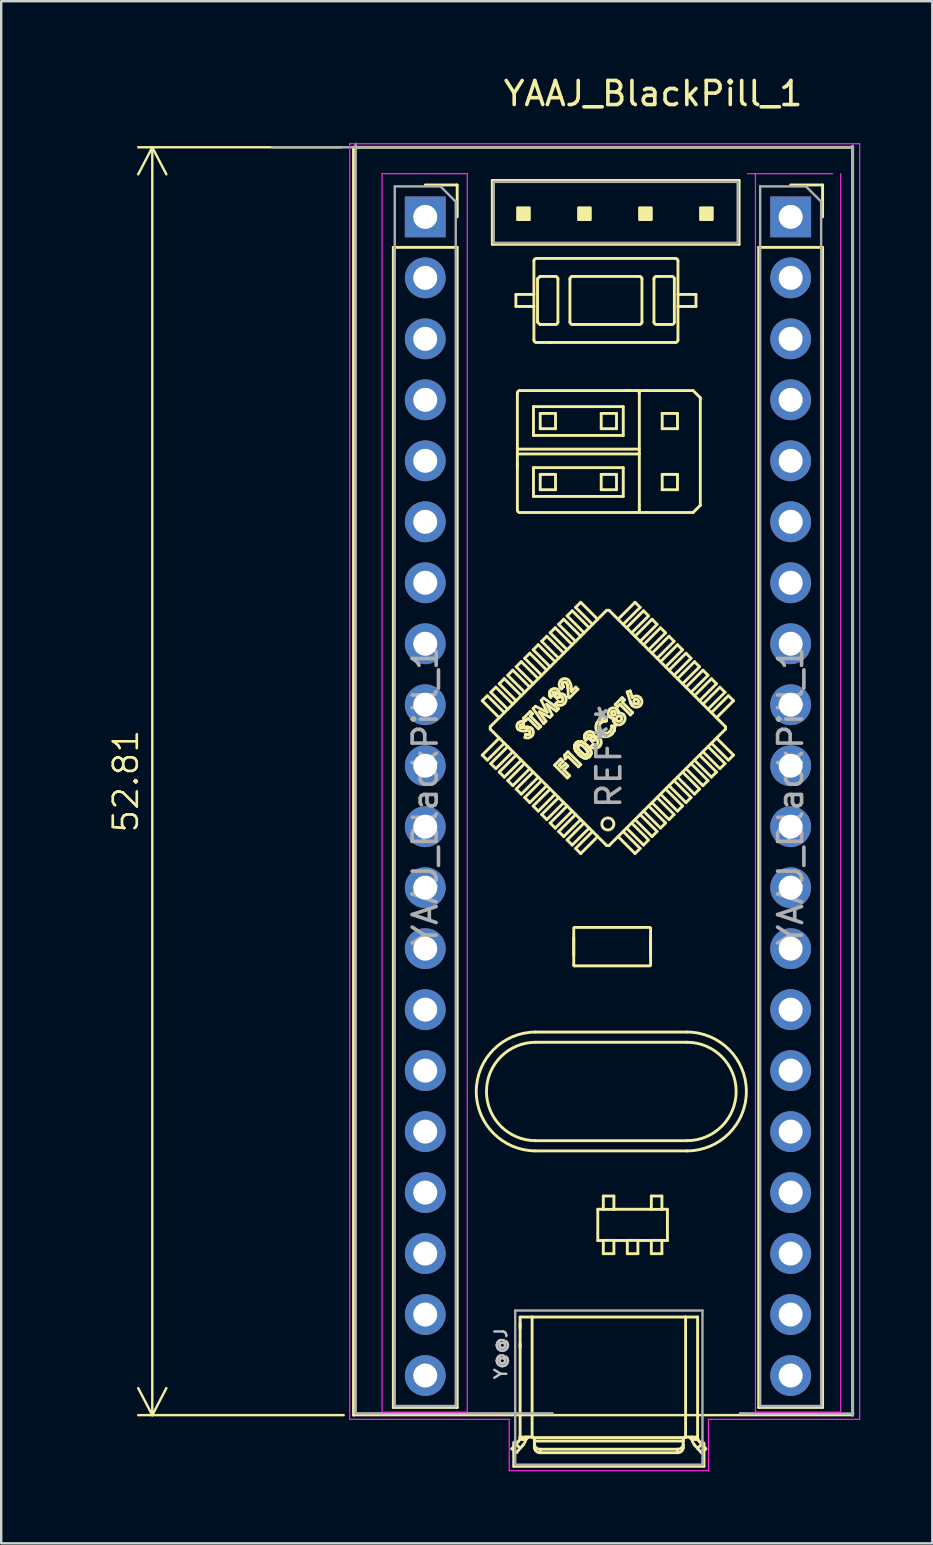
<source format=kicad_pcb>
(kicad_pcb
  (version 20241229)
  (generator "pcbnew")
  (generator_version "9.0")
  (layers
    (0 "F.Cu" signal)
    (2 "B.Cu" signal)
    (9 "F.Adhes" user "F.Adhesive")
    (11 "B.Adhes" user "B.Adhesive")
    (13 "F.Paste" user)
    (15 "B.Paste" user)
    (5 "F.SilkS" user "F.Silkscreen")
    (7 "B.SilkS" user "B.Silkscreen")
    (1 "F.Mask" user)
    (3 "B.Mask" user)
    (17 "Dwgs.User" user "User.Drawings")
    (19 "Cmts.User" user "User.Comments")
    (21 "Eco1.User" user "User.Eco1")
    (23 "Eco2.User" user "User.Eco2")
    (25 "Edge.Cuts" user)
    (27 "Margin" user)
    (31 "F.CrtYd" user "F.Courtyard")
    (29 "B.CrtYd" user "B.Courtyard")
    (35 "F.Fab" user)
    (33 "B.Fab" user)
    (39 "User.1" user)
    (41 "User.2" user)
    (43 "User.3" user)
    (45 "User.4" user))
  (footprint "YAAJ_BlackPill_1"
    (layer "F.Cu")
    (at 14.977 7)
    (property "Reference" "YAAJ_BlackPill_1" (at 9.176 -6.152 0) (layer "F.SilkS") (effects (font (size 1 1) (thickness 0.15))))
    (attr through_hole)
    (fp_line (start -3.302 -3.915) (end 17.488 -3.915) (stroke (width 0.12) (type solid)) (layer "F.SilkS"))
    (fp_line (start -3.302 48.895) (end -3.302 -3.915) (stroke (width 0.12) (type solid)) (layer "F.SilkS"))
    (fp_line (start -3.302 48.895) (end 17.488 48.895) (stroke (width 0.1) (type solid)) (layer "F.SilkS"))
    (fp_line (start -1.644 0.254) (end -1.644 48.574) (stroke (width 0.12) (type solid)) (layer "F.SilkS"))
    (fp_line (start -1.644 0.254) (end 1.016 0.254) (stroke (width 0.12) (type solid)) (layer "F.SilkS"))
    (fp_line (start -1.644 48.574) (end 1.016 48.574) (stroke (width 0.12) (type solid)) (layer "F.SilkS"))
    (fp_line (start -0.314 -2.346) (end 1.016 -2.346) (stroke (width 0.12) (type solid)) (layer "F.SilkS"))
    (fp_line (start 1.016 -2.346) (end 1.016 -1.016) (stroke (width 0.12) (type solid)) (layer "F.SilkS"))
    (fp_line (start 1.016 0.254) (end 1.016 48.574) (stroke (width 0.12) (type solid)) (layer "F.SilkS"))
    (fp_line (start 2.06 19.138) (end 2.767 19.845) (stroke (width 0.12) (type solid)) (layer "F.SilkS"))
    (fp_line (start 2.06 21.401) (end 2.767 20.694) (stroke (width 0.12) (type solid)) (layer "F.SilkS"))
    (fp_line (start 2.272 18.926) (end 2.06 19.138) (stroke (width 0.12) (type solid)) (layer "F.SilkS"))
    (fp_line (start 2.272 18.926) (end 2.979 19.633) (stroke (width 0.12) (type solid)) (layer "F.SilkS"))
    (fp_line (start 2.272 21.613) (end 2.06 21.401) (stroke (width 0.12) (type solid)) (layer "F.SilkS"))
    (fp_line (start 2.272 21.613) (end 2.979 20.906) (stroke (width 0.12) (type solid)) (layer "F.SilkS"))
    (fp_line (start 2.393 20.22) (end 7.242 15.37) (stroke (width 0.12) (type solid)) (layer "F.SilkS"))
    (fp_line (start 2.393 20.32) (end 2.393 20.22) (stroke (width 0.12) (type solid)) (layer "F.SilkS"))
    (fp_line (start 2.413 18.785) (end 3.121 19.492) (stroke (width 0.12) (type solid)) (layer "F.SilkS"))
    (fp_line (start 2.413 21.755) (end 3.121 21.048) (stroke (width 0.12) (type solid)) (layer "F.SilkS"))
    (fp_line (start 2.479 -2.534) (end 2.479 0.126) (stroke (width 0.12) (type solid)) (layer "F.SilkS"))
    (fp_line (start 2.479 0.126) (end 12.759 0.126) (stroke (width 0.12) (type solid)) (layer "F.SilkS"))
    (fp_line (start 2.626 18.573) (end 2.413 18.785) (stroke (width 0.12) (type solid)) (layer "F.SilkS"))
    (fp_line (start 2.626 18.573) (end 3.333 19.28) (stroke (width 0.12) (type solid)) (layer "F.SilkS"))
    (fp_line (start 2.626 21.967) (end 2.413 21.755) (stroke (width 0.12) (type solid)) (layer "F.SilkS"))
    (fp_line (start 2.626 21.967) (end 3.333 21.26) (stroke (width 0.12) (type solid)) (layer "F.SilkS"))
    (fp_line (start 2.767 18.431) (end 3.474 19.138) (stroke (width 0.12) (type solid)) (layer "F.SilkS"))
    (fp_line (start 2.767 22.108) (end 3.474 21.401) (stroke (width 0.12) (type solid)) (layer "F.SilkS"))
    (fp_line (start 2.979 18.219) (end 2.767 18.431) (stroke (width 0.12) (type solid)) (layer "F.SilkS"))
    (fp_line (start 2.979 18.219) (end 3.686 18.926) (stroke (width 0.12) (type solid)) (layer "F.SilkS"))
    (fp_line (start 2.979 22.32) (end 2.767 22.108) (stroke (width 0.12) (type solid)) (layer "F.SilkS"))
    (fp_line (start 2.979 22.32) (end 3.686 21.613) (stroke (width 0.12) (type solid)) (layer "F.SilkS"))
    (fp_line (start 3.121 18.078) (end 3.828 18.785) (stroke (width 0.12) (type solid)) (layer "F.SilkS"))
    (fp_line (start 3.121 22.462) (end 3.828 21.755) (stroke (width 0.12) (type solid)) (layer "F.SilkS"))
    (fp_line (start 3.296 50.296) (end 3.575 49.979) (stroke (width 0.12) (type solid)) (layer "F.SilkS"))
    (fp_line (start 3.333 17.866) (end 3.121 18.078) (stroke (width 0.12) (type solid)) (layer "F.SilkS"))
    (fp_line (start 3.333 17.866) (end 4.04 18.573) (stroke (width 0.12) (type solid)) (layer "F.SilkS"))
    (fp_line (start 3.333 22.674) (end 3.121 22.462) (stroke (width 0.12) (type solid)) (layer "F.SilkS"))
    (fp_line (start 3.333 22.674) (end 4.04 21.967) (stroke (width 0.12) (type solid)) (layer "F.SilkS"))
    (fp_line (start 3.371 50.033) (end 3.371 51.024) (stroke (width 0.12) (type solid)) (layer "F.SilkS"))
    (fp_line (start 3.371 51.024) (end 11.296 51.024) (stroke (width 0.12) (type solid)) (layer "F.SilkS"))
    (fp_line (start 3.461 50.108) (end 3.646 50.271) (stroke (width 0.12) (type solid)) (layer "F.SilkS"))
    (fp_line (start 3.462 2.715) (end 3.462 2.215) (stroke (width 0.12) (type solid)) (layer "F.SilkS"))
    (fp_line (start 3.474 17.724) (end 4.181 18.431) (stroke (width 0.12) (type solid)) (layer "F.SilkS"))
    (fp_line (start 3.474 22.815) (end 4.181 22.108) (stroke (width 0.12) (type solid)) (layer "F.SilkS"))
    (fp_line (start 3.481 50.458) (end 3.296 50.296) (stroke (width 0.12) (type solid)) (layer "F.SilkS"))
    (fp_line (start 3.522 9.217) (end 3.522 9.406) (stroke (width 0.12) (type solid)) (layer "F.SilkS"))
    (fp_line (start 3.523 8.658) (end 8.603 8.658) (stroke (width 0.12) (type solid)) (layer "F.SilkS"))
    (fp_line (start 3.523 11.198) (end 3.523 6.318) (stroke (width 0.12) (type solid)) (layer "F.SilkS"))
    (fp_line (start 3.623 6.218) (end 8.503 6.218) (stroke (width 0.12) (type solid)) (layer "F.SilkS"))
    (fp_line (start 3.636 45.048) (end 3.636 45.275) (stroke (width 0.12) (type solid)) (layer "F.SilkS"))
    (fp_line (start 3.636 45.923) (end 3.636 45.964) (stroke (width 0.12) (type solid)) (layer "F.SilkS"))
    (fp_line (start 3.636 46.023) (end 3.636 46.077) (stroke (width 0.12) (type solid)) (layer "F.SilkS"))
    (fp_line (start 3.637 49.817) (end 3.642 49.809) (stroke (width 0.12) (type solid)) (layer "F.SilkS"))
    (fp_line (start 3.637 44.808) (end 11.03 44.808) (stroke (width 0.12) (type solid)) (layer "F.SilkS"))
    (fp_line (start 3.637 49.814) (end 3.637 49.817) (stroke (width 0.12) (type solid)) (layer "F.SilkS"))
    (fp_line (start 3.637 49.814) (end 3.637 44.808) (stroke (width 0.12) (type solid)) (layer "F.SilkS"))
    (fp_line (start 3.642 49.809) (end 3.643 49.808) (stroke (width 0.12) (type solid)) (layer "F.SilkS"))
    (fp_line (start 3.643 49.808) (end 4.133 49.808) (stroke (width 0.12) (type solid)) (layer "F.SilkS"))
    (fp_line (start 3.646 20.231) (end 3.664 20.243) (stroke (width 0.12) (type solid)) (layer "F.SilkS"))
    (fp_line (start 3.646 20.231) (end 3.664 20.243) (stroke (width 0.12) (type solid)) (layer "F.SilkS"))
    (fp_line (start 3.664 20.243) (end 3.68 20.248) (stroke (width 0.12) (type solid)) (layer "F.SilkS"))
    (fp_line (start 3.664 20.243) (end 3.68 20.248) (stroke (width 0.12) (type solid)) (layer "F.SilkS"))
    (fp_line (start 3.68 20.248) (end 3.759 20.248) (stroke (width 0.12) (type solid)) (layer "F.SilkS"))
    (fp_line (start 3.68 20.248) (end 3.759 20.248) (stroke (width 0.12) (type solid)) (layer "F.SilkS"))
    (fp_line (start 3.686 17.512) (end 3.474 17.724) (stroke (width 0.12) (type solid)) (layer "F.SilkS"))
    (fp_line (start 3.686 17.512) (end 4.393 18.219) (stroke (width 0.12) (type solid)) (layer "F.SilkS"))
    (fp_line (start 3.686 23.027) (end 3.474 22.815) (stroke (width 0.12) (type solid)) (layer "F.SilkS"))
    (fp_line (start 3.686 23.027) (end 4.393 22.32) (stroke (width 0.12) (type solid)) (layer "F.SilkS"))
    (fp_line (start 3.759 50.143) (end 3.481 50.458) (stroke (width 0.12) (type solid)) (layer "F.SilkS"))
    (fp_line (start 3.759 20.248) (end 3.821 20.244) (stroke (width 0.12) (type solid)) (layer "F.SilkS"))
    (fp_line (start 3.759 20.248) (end 3.821 20.244) (stroke (width 0.12) (type solid)) (layer "F.SilkS"))
    (fp_line (start 3.774 19.87) (end 4.06 19.585) (stroke (width 0.12) (type solid)) (layer "F.SilkS"))
    (fp_line (start 3.791 19.995) (end 3.785 20.132) (stroke (width 0.12) (type solid)) (layer "F.SilkS"))
    (fp_line (start 3.821 20.244) (end 3.893 20.239) (stroke (width 0.12) (type solid)) (layer "F.SilkS"))
    (fp_line (start 3.821 20.244) (end 3.893 20.239) (stroke (width 0.12) (type solid)) (layer "F.SilkS"))
    (fp_line (start 3.828 17.371) (end 4.535 18.078) (stroke (width 0.12) (type solid)) (layer "F.SilkS"))
    (fp_line (start 3.828 23.169) (end 4.535 22.462) (stroke (width 0.12) (type solid)) (layer "F.SilkS"))
    (fp_line (start 3.838 20.668) (end 3.872 20.534) (stroke (width 0.12) (type solid)) (layer "F.SilkS"))
    (fp_line (start 3.869 19.965) (end 3.774 19.87) (stroke (width 0.12) (type solid)) (layer "F.SilkS"))
    (fp_line (start 3.872 20.534) (end 3.962 20.545) (stroke (width 0.12) (type solid)) (layer "F.SilkS"))
    (fp_line (start 3.872 20.534) (end 3.962 20.545) (stroke (width 0.12) (type solid)) (layer "F.SilkS"))
    (fp_line (start 3.872 49.92) (end 3.983 49.808) (stroke (width 0.12) (type solid)) (layer "F.SilkS"))
    (fp_line (start 3.874 49.908) (end 3.618 49.908) (stroke (width 0.12) (type solid)) (layer "F.SilkS"))
    (fp_line (start 3.883 49.808) (end 3.883 49.813) (stroke (width 0.12) (type solid)) (layer "F.SilkS"))
    (fp_line (start 3.893 20.239) (end 3.95 20.237) (stroke (width 0.12) (type solid)) (layer "F.SilkS"))
    (fp_line (start 3.893 20.239) (end 3.95 20.237) (stroke (width 0.12) (type solid)) (layer "F.SilkS"))
    (fp_line (start 3.95 20.237) (end 4.056 20.256) (stroke (width 0.12) (type solid)) (layer "F.SilkS"))
    (fp_line (start 3.95 20.237) (end 4.056 20.256) (stroke (width 0.12) (type solid)) (layer "F.SilkS"))
    (fp_line (start 3.962 20.545) (end 3.997 20.536) (stroke (width 0.12) (type solid)) (layer "F.SilkS"))
    (fp_line (start 3.962 20.545) (end 3.997 20.536) (stroke (width 0.12) (type solid)) (layer "F.SilkS"))
    (fp_line (start 3.965 19.87) (end 3.869 19.965) (stroke (width 0.12) (type solid)) (layer "F.SilkS"))
    (fp_line (start 3.997 20.536) (end 4.027 20.515) (stroke (width 0.12) (type solid)) (layer "F.SilkS"))
    (fp_line (start 3.997 20.536) (end 4.027 20.515) (stroke (width 0.12) (type solid)) (layer "F.SilkS"))
    (fp_line (start 4.04 17.158) (end 3.828 17.371) (stroke (width 0.12) (type solid)) (layer "F.SilkS"))
    (fp_line (start 4.04 17.158) (end 4.747 17.866) (stroke (width 0.12) (type solid)) (layer "F.SilkS"))
    (fp_line (start 4.04 23.381) (end 3.828 23.169) (stroke (width 0.12) (type solid)) (layer "F.SilkS"))
    (fp_line (start 4.04 23.381) (end 4.747 22.674) (stroke (width 0.12) (type solid)) (layer "F.SilkS"))
    (fp_line (start 4.056 20.256) (end 4.126 20.304) (stroke (width 0.12) (type solid)) (layer "F.SilkS"))
    (fp_line (start 4.056 20.256) (end 4.126 20.304) (stroke (width 0.12) (type solid)) (layer "F.SilkS"))
    (fp_line (start 4.06 19.585) (end 4.155 19.68) (stroke (width 0.12) (type solid)) (layer "F.SilkS"))
    (fp_line (start 4.06 19.775) (end 4.495 20.21) (stroke (width 0.12) (type solid)) (layer "F.SilkS"))
    (fp_line (start 4.133 49.808) (end 4.137 49.808) (stroke (width 0.12) (type solid)) (layer "F.SilkS"))
    (fp_line (start 4.137 49.808) (end 4.137 44.798) (stroke (width 0.12) (type solid)) (layer "F.SilkS"))
    (fp_line (start 4.155 19.68) (end 4.06 19.775) (stroke (width 0.12) (type solid)) (layer "F.SilkS"))
    (fp_line (start 4.177 19.468) (end 4.275 19.369) (stroke (width 0.12) (type solid)) (layer "F.SilkS"))
    (fp_line (start 4.181 17.017) (end 4.888 17.724) (stroke (width 0.12) (type solid)) (layer "F.SilkS"))
    (fp_line (start 4.181 23.522) (end 4.888 22.815) (stroke (width 0.12) (type solid)) (layer "F.SilkS"))
    (fp_line (start 4.193 6.888) (end 7.933 6.888) (stroke (width 0.12) (type solid)) (layer "F.SilkS"))
    (fp_line (start 4.193 8.088) (end 4.193 6.888) (stroke (width 0.12) (type solid)) (layer "F.SilkS"))
    (fp_line (start 4.193 9.428) (end 7.933 9.428) (stroke (width 0.12) (type solid)) (layer "F.SilkS"))
    (fp_line (start 4.193 10.628) (end 4.193 9.428) (stroke (width 0.12) (type solid)) (layer "F.SilkS"))
    (fp_line (start 4.195 49.83) (end 10.472 49.83) (stroke (width 0.12) (type solid)) (layer "F.SilkS"))
    (fp_line (start 4.212 0.815) (end 4.212 4.115) (stroke (width 0.12) (type solid)) (layer "F.SilkS"))
    (fp_line (start 4.212 2.215) (end 3.462 2.215) (stroke (width 0.12) (type solid)) (layer "F.SilkS"))
    (fp_line (start 4.212 2.715) (end 3.462 2.715) (stroke (width 0.12) (type solid)) (layer "F.SilkS"))
    (fp_line (start 4.233 50.254) (end 4.233 49.908) (stroke (width 0.12) (type solid)) (layer "F.SilkS"))
    (fp_line (start 4.275 19.369) (end 4.766 19.618) (stroke (width 0.12) (type solid)) (layer "F.SilkS"))
    (fp_line (start 4.286 33.363) (end 10.586 33.363) (stroke (width 0.12) (type solid)) (layer "F.SilkS"))
    (fp_line (start 4.286 37.888) (end 10.586 37.888) (stroke (width 0.12) (type solid)) (layer "F.SilkS"))
    (fp_line (start 4.312 4.215) (end 10.112 4.215) (stroke (width 0.12) (type solid)) (layer "F.SilkS"))
    (fp_line (start 4.362 1.565) (end 4.462 1.465) (stroke (width 0.12) (type solid)) (layer "F.SilkS"))
    (fp_line (start 4.362 3.365) (end 4.362 1.565) (stroke (width 0.12) (type solid)) (layer "F.SilkS"))
    (fp_line (start 4.362 3.365) (end 4.462 3.465) (stroke (width 0.12) (type solid)) (layer "F.SilkS"))
    (fp_line (start 4.393 16.805) (end 4.181 17.017) (stroke (width 0.12) (type solid)) (layer "F.SilkS"))
    (fp_line (start 4.393 16.805) (end 5.1 17.512) (stroke (width 0.12) (type solid)) (layer "F.SilkS"))
    (fp_line (start 4.393 23.735) (end 4.181 23.522) (stroke (width 0.12) (type solid)) (layer "F.SilkS"))
    (fp_line (start 4.393 23.735) (end 5.1 23.027) (stroke (width 0.12) (type solid)) (layer "F.SilkS"))
    (fp_line (start 4.4 20.305) (end 3.965 19.87) (stroke (width 0.12) (type solid)) (layer "F.SilkS"))
    (fp_line (start 4.435 19.6) (end 4.714 19.991) (stroke (width 0.12) (type solid)) (layer "F.SilkS"))
    (fp_line (start 4.462 1.465) (end 5.112 1.465) (stroke (width 0.12) (type solid)) (layer "F.SilkS"))
    (fp_line (start 4.475 7.17) (end 5.112 7.17) (stroke (width 0.12) (type solid)) (layer "F.SilkS"))
    (fp_line (start 4.475 7.807) (end 4.475 7.17) (stroke (width 0.12) (type solid)) (layer "F.SilkS"))
    (fp_line (start 4.475 9.71) (end 5.112 9.71) (stroke (width 0.12) (type solid)) (layer "F.SilkS"))
    (fp_line (start 4.475 10.347) (end 4.475 9.71) (stroke (width 0.12) (type solid)) (layer "F.SilkS"))
    (fp_line (start 4.483 50.315) (end 4.483 50.458) (stroke (width 0.12) (type solid)) (layer "F.SilkS"))
    (fp_line (start 4.483 50.315) (end 10.183 50.315) (stroke (width 0.12) (type solid)) (layer "F.SilkS"))
    (fp_line (start 4.483 50.458) (end 10.183 50.458) (stroke (width 0.12) (type solid)) (layer "F.SilkS"))
    (fp_line (start 4.495 20.21) (end 4.4 20.305) (stroke (width 0.12) (type solid)) (layer "F.SilkS"))
    (fp_line (start 4.518 19.126) (end 4.616 19.028) (stroke (width 0.12) (type solid)) (layer "F.SilkS"))
    (fp_line (start 4.535 16.664) (end 5.242 17.371) (stroke (width 0.12) (type solid)) (layer "F.SilkS"))
    (fp_line (start 4.535 23.876) (end 5.242 23.169) (stroke (width 0.12) (type solid)) (layer "F.SilkS"))
    (fp_line (start 4.616 19.028) (end 5.236 19.469) (stroke (width 0.12) (type solid)) (layer "F.SilkS"))
    (fp_line (start 4.617 20.088) (end 4.177 19.468) (stroke (width 0.12) (type solid)) (layer "F.SilkS"))
    (fp_line (start 4.714 19.991) (end 4.617 20.088) (stroke (width 0.12) (type solid)) (layer "F.SilkS"))
    (fp_line (start 4.747 16.451) (end 4.535 16.664) (stroke (width 0.12) (type solid)) (layer "F.SilkS"))
    (fp_line (start 4.747 16.451) (end 5.454 17.158) (stroke (width 0.12) (type solid)) (layer "F.SilkS"))
    (fp_line (start 4.747 24.088) (end 4.535 23.876) (stroke (width 0.12) (type solid)) (layer "F.SilkS"))
    (fp_line (start 4.747 24.088) (end 5.454 23.381) (stroke (width 0.12) (type solid)) (layer "F.SilkS"))
    (fp_line (start 4.748 19.287) (end 4.973 19.732) (stroke (width 0.12) (type solid)) (layer "F.SilkS"))
    (fp_line (start 4.766 19.618) (end 4.518 19.126) (stroke (width 0.12) (type solid)) (layer "F.SilkS"))
    (fp_line (start 4.848 4.216) (end 4.869 4.216) (stroke (width 0.12) (type solid)) (layer "F.SilkS"))
    (fp_line (start 4.857 18.859) (end 4.877 18.758) (stroke (width 0.12) (type solid)) (layer "F.SilkS"))
    (fp_line (start 4.857 18.859) (end 4.877 18.758) (stroke (width 0.12) (type solid)) (layer "F.SilkS"))
    (fp_line (start 4.869 18.922) (end 4.857 18.859) (stroke (width 0.12) (type solid)) (layer "F.SilkS"))
    (fp_line (start 4.869 18.922) (end 4.857 18.859) (stroke (width 0.12) (type solid)) (layer "F.SilkS"))
    (fp_line (start 4.877 18.758) (end 4.925 18.692) (stroke (width 0.12) (type solid)) (layer "F.SilkS"))
    (fp_line (start 4.877 18.758) (end 4.925 18.692) (stroke (width 0.12) (type solid)) (layer "F.SilkS"))
    (fp_line (start 4.88 19.825) (end 4.435 19.6) (stroke (width 0.12) (type solid)) (layer "F.SilkS"))
    (fp_line (start 4.888 16.31) (end 5.595 17.017) (stroke (width 0.12) (type solid)) (layer "F.SilkS"))
    (fp_line (start 4.888 24.23) (end 5.595 23.522) (stroke (width 0.12) (type solid)) (layer "F.SilkS"))
    (fp_line (start 4.898 4.216) (end 4.925 4.216) (stroke (width 0.12) (type solid)) (layer "F.SilkS"))
    (fp_line (start 4.91 18.993) (end 4.869 18.922) (stroke (width 0.12) (type solid)) (layer "F.SilkS"))
    (fp_line (start 4.91 18.993) (end 4.869 18.922) (stroke (width 0.12) (type solid)) (layer "F.SilkS"))
    (fp_line (start 4.973 19.732) (end 4.88 19.825) (stroke (width 0.12) (type solid)) (layer "F.SilkS"))
    (fp_line (start 5.005 18.898) (end 4.91 18.993) (stroke (width 0.12) (type solid)) (layer "F.SilkS"))
    (fp_line (start 5.073 21.822) (end 5.331 21.563) (stroke (width 0.12) (type solid)) (layer "F.SilkS"))
    (fp_line (start 5.087 18.952) (end 5.138 18.873) (stroke (width 0.12) (type solid)) (layer "F.SilkS"))
    (fp_line (start 5.087 18.952) (end 5.138 18.873) (stroke (width 0.12) (type solid)) (layer "F.SilkS"))
    (fp_line (start 5.1 16.098) (end 4.888 16.31) (stroke (width 0.12) (type solid)) (layer "F.SilkS"))
    (fp_line (start 5.1 16.098) (end 5.808 16.805) (stroke (width 0.12) (type solid)) (layer "F.SilkS"))
    (fp_line (start 5.1 24.442) (end 4.888 24.23) (stroke (width 0.12) (type solid)) (layer "F.SilkS"))
    (fp_line (start 5.1 24.442) (end 5.808 23.735) (stroke (width 0.12) (type solid)) (layer "F.SilkS"))
    (fp_line (start 5.112 7.17) (end 5.112 7.807) (stroke (width 0.12) (type solid)) (layer "F.SilkS"))
    (fp_line (start 5.112 7.807) (end 4.475 7.807) (stroke (width 0.12) (type solid)) (layer "F.SilkS"))
    (fp_line (start 5.112 9.71) (end 5.112 10.347) (stroke (width 0.12) (type solid)) (layer "F.SilkS"))
    (fp_line (start 5.112 10.347) (end 4.475 10.347) (stroke (width 0.12) (type solid)) (layer "F.SilkS"))
    (fp_line (start 5.112 3.465) (end 4.462 3.465) (stroke (width 0.12) (type solid)) (layer "F.SilkS"))
    (fp_line (start 5.121 19.258) (end 5.216 19.163) (stroke (width 0.12) (type solid)) (layer "F.SilkS"))
    (fp_line (start 5.136 18.804) (end 5.123 18.785) (stroke (width 0.12) (type solid)) (layer "F.SilkS"))
    (fp_line (start 5.136 18.804) (end 5.123 18.785) (stroke (width 0.12) (type solid)) (layer "F.SilkS"))
    (fp_line (start 5.138 18.873) (end 5.143 18.827) (stroke (width 0.12) (type solid)) (layer "F.SilkS"))
    (fp_line (start 5.138 18.873) (end 5.143 18.827) (stroke (width 0.12) (type solid)) (layer "F.SilkS"))
    (fp_line (start 5.14 19.565) (end 4.748 19.287) (stroke (width 0.12) (type solid)) (layer "F.SilkS"))
    (fp_line (start 5.143 18.827) (end 5.136 18.804) (stroke (width 0.12) (type solid)) (layer "F.SilkS"))
    (fp_line (start 5.143 18.827) (end 5.136 18.804) (stroke (width 0.12) (type solid)) (layer "F.SilkS"))
    (fp_line (start 5.175 19.041) (end 5.087 18.952) (stroke (width 0.12) (type solid)) (layer "F.SilkS"))
    (fp_line (start 5.212 1.565) (end 5.212 3.365) (stroke (width 0.12) (type solid)) (layer "F.SilkS"))
    (fp_line (start 5.236 19.469) (end 5.14 19.565) (stroke (width 0.12) (type solid)) (layer "F.SilkS"))
    (fp_line (start 5.242 15.956) (end 5.949 16.664) (stroke (width 0.12) (type solid)) (layer "F.SilkS"))
    (fp_line (start 5.242 24.583) (end 5.949 23.876) (stroke (width 0.12) (type solid)) (layer "F.SilkS"))
    (fp_line (start 5.263 21.822) (end 5.365 21.924) (stroke (width 0.12) (type solid)) (layer "F.SilkS"))
    (fp_line (start 5.276 18.975) (end 5.175 19.041) (stroke (width 0.12) (type solid)) (layer "F.SilkS"))
    (fp_line (start 5.276 18.975) (end 5.175 19.041) (stroke (width 0.12) (type solid)) (layer "F.SilkS"))
    (fp_line (start 5.331 21.563) (end 5.426 21.658) (stroke (width 0.12) (type solid)) (layer "F.SilkS"))
    (fp_line (start 5.336 18.97) (end 5.276 18.975) (stroke (width 0.12) (type solid)) (layer "F.SilkS"))
    (fp_line (start 5.336 18.97) (end 5.276 18.975) (stroke (width 0.12) (type solid)) (layer "F.SilkS"))
    (fp_line (start 5.365 21.924) (end 5.528 21.76) (stroke (width 0.12) (type solid)) (layer "F.SilkS"))
    (fp_line (start 5.365 18.979) (end 5.336 18.97) (stroke (width 0.12) (type solid)) (layer "F.SilkS"))
    (fp_line (start 5.365 18.979) (end 5.336 18.97) (stroke (width 0.12) (type solid)) (layer "F.SilkS"))
    (fp_line (start 5.39 18.997) (end 5.365 18.979) (stroke (width 0.12) (type solid)) (layer "F.SilkS"))
    (fp_line (start 5.39 18.997) (end 5.365 18.979) (stroke (width 0.12) (type solid)) (layer "F.SilkS"))
    (fp_line (start 5.4 18.429) (end 5.404 18.481) (stroke (width 0.12) (type solid)) (layer "F.SilkS"))
    (fp_line (start 5.4 18.429) (end 5.404 18.481) (stroke (width 0.12) (type solid)) (layer "F.SilkS"))
    (fp_line (start 5.404 18.481) (end 5.447 18.551) (stroke (width 0.12) (type solid)) (layer "F.SilkS"))
    (fp_line (start 5.404 18.481) (end 5.447 18.551) (stroke (width 0.12) (type solid)) (layer "F.SilkS"))
    (fp_line (start 5.425 18.383) (end 5.4 18.429) (stroke (width 0.12) (type solid)) (layer "F.SilkS"))
    (fp_line (start 5.425 18.383) (end 5.4 18.429) (stroke (width 0.12) (type solid)) (layer "F.SilkS"))
    (fp_line (start 5.426 21.658) (end 5.263 21.822) (stroke (width 0.12) (type solid)) (layer "F.SilkS"))
    (fp_line (start 5.447 18.551) (end 5.352 18.646) (stroke (width 0.12) (type solid)) (layer "F.SilkS"))
    (fp_line (start 5.454 15.744) (end 5.242 15.956) (stroke (width 0.12) (type solid)) (layer "F.SilkS"))
    (fp_line (start 5.454 15.744) (end 6.161 16.451) (stroke (width 0.12) (type solid)) (layer "F.SilkS"))
    (fp_line (start 5.454 24.795) (end 5.242 24.583) (stroke (width 0.12) (type solid)) (layer "F.SilkS"))
    (fp_line (start 5.454 24.795) (end 6.161 24.088) (stroke (width 0.12) (type solid)) (layer "F.SilkS"))
    (fp_line (start 5.46 22.019) (end 5.698 22.257) (stroke (width 0.12) (type solid)) (layer "F.SilkS"))
    (fp_line (start 5.483 21.411) (end 5.63 21.264) (stroke (width 0.12) (type solid)) (layer "F.SilkS"))
    (fp_line (start 5.515 21.556) (end 5.483 21.411) (stroke (width 0.12) (type solid)) (layer "F.SilkS"))
    (fp_line (start 5.528 21.76) (end 5.624 21.856) (stroke (width 0.12) (type solid)) (layer "F.SilkS"))
    (fp_line (start 5.595 15.603) (end 6.303 16.31) (stroke (width 0.12) (type solid)) (layer "F.SilkS"))
    (fp_line (start 5.595 24.937) (end 6.303 24.23) (stroke (width 0.12) (type solid)) (layer "F.SilkS"))
    (fp_line (start 5.603 22.352) (end 5.073 21.822) (stroke (width 0.12) (type solid)) (layer "F.SilkS"))
    (fp_line (start 5.618 18.49) (end 5.565 18.384) (stroke (width 0.12) (type solid)) (layer "F.SilkS"))
    (fp_line (start 5.618 18.49) (end 5.565 18.384) (stroke (width 0.12) (type solid)) (layer "F.SilkS"))
    (fp_line (start 5.624 21.448) (end 5.515 21.556) (stroke (width 0.12) (type solid)) (layer "F.SilkS"))
    (fp_line (start 5.624 21.856) (end 5.46 22.019) (stroke (width 0.12) (type solid)) (layer "F.SilkS"))
    (fp_line (start 5.63 21.264) (end 6.161 21.794) (stroke (width 0.12) (type solid)) (layer "F.SilkS"))
    (fp_line (start 5.633 18.641) (end 5.618 18.49) (stroke (width 0.12) (type solid)) (layer "F.SilkS"))
    (fp_line (start 5.633 18.641) (end 5.618 18.49) (stroke (width 0.12) (type solid)) (layer "F.SilkS"))
    (fp_line (start 5.643 18.965) (end 5.633 18.641) (stroke (width 0.12) (type solid)) (layer "F.SilkS"))
    (fp_line (start 5.692 19.014) (end 5.643 18.965) (stroke (width 0.12) (type solid)) (layer "F.SilkS"))
    (fp_line (start 5.698 22.257) (end 5.603 22.352) (stroke (width 0.12) (type solid)) (layer "F.SilkS"))
    (fp_line (start 5.712 3.365) (end 5.712 1.565) (stroke (width 0.12) (type solid)) (layer "F.SilkS"))
    (fp_line (start 5.77 18.631) (end 5.778 18.75) (stroke (width 0.12) (type solid)) (layer "F.SilkS"))
    (fp_line (start 5.778 18.75) (end 5.957 18.572) (stroke (width 0.12) (type solid)) (layer "F.SilkS"))
    (fp_line (start 5.808 15.391) (end 5.595 15.603) (stroke (width 0.12) (type solid)) (layer "F.SilkS"))
    (fp_line (start 5.808 15.391) (end 6.515 16.098) (stroke (width 0.12) (type solid)) (layer "F.SilkS"))
    (fp_line (start 5.808 25.149) (end 5.595 24.937) (stroke (width 0.12) (type solid)) (layer "F.SilkS"))
    (fp_line (start 5.808 25.149) (end 6.515 24.442) (stroke (width 0.12) (type solid)) (layer "F.SilkS"))
    (fp_line (start 5.812 1.465) (end 8.612 1.465) (stroke (width 0.12) (type solid)) (layer "F.SilkS"))
    (fp_line (start 5.87 29.75) (end 5.87 29.013) (stroke (width 0.12) (type solid)) (layer "F.SilkS"))
    (fp_line (start 5.871 30.156) (end 5.871 28.606) (stroke (width 0.12) (type solid)) (layer "F.SilkS"))
    (fp_line (start 5.896 28.581) (end 9.046 28.581) (stroke (width 0.12) (type solid)) (layer "F.SilkS"))
    (fp_line (start 5.903 21.109) (end 5.911 20.984) (stroke (width 0.12) (type solid)) (layer "F.SilkS"))
    (fp_line (start 5.903 21.109) (end 5.911 20.984) (stroke (width 0.12) (type solid)) (layer "F.SilkS"))
    (fp_line (start 5.911 20.984) (end 5.965 20.902) (stroke (width 0.12) (type solid)) (layer "F.SilkS"))
    (fp_line (start 5.911 20.984) (end 5.965 20.902) (stroke (width 0.12) (type solid)) (layer "F.SilkS"))
    (fp_line (start 5.949 15.249) (end 6.656 15.956) (stroke (width 0.12) (type solid)) (layer "F.SilkS"))
    (fp_line (start 5.949 25.29) (end 6.656 24.583) (stroke (width 0.12) (type solid)) (layer "F.SilkS"))
    (fp_line (start 5.957 18.572) (end 6.045 18.66) (stroke (width 0.12) (type solid)) (layer "F.SilkS"))
    (fp_line (start 5.959 21.232) (end 5.903 21.109) (stroke (width 0.12) (type solid)) (layer "F.SilkS"))
    (fp_line (start 5.959 21.232) (end 5.903 21.109) (stroke (width 0.12) (type solid)) (layer "F.SilkS"))
    (fp_line (start 5.965 20.902) (end 6.018 20.861) (stroke (width 0.12) (type solid)) (layer "F.SilkS"))
    (fp_line (start 5.965 20.902) (end 6.018 20.861) (stroke (width 0.12) (type solid)) (layer "F.SilkS"))
    (fp_line (start 6.018 20.861) (end 6.079 20.836) (stroke (width 0.12) (type solid)) (layer "F.SilkS"))
    (fp_line (start 6.018 20.861) (end 6.079 20.836) (stroke (width 0.12) (type solid)) (layer "F.SilkS"))
    (fp_line (start 6.034 21.069) (end 6.062 21.145) (stroke (width 0.12) (type solid)) (layer "F.SilkS"))
    (fp_line (start 6.034 21.069) (end 6.062 21.145) (stroke (width 0.12) (type solid)) (layer "F.SilkS"))
    (fp_line (start 6.041 21.029) (end 6.034 21.069) (stroke (width 0.12) (type solid)) (layer "F.SilkS"))
    (fp_line (start 6.041 21.029) (end 6.034 21.069) (stroke (width 0.12) (type solid)) (layer "F.SilkS"))
    (fp_line (start 6.045 18.66) (end 5.692 19.014) (stroke (width 0.12) (type solid)) (layer "F.SilkS"))
    (fp_line (start 6.062 21.145) (end 6.167 21.27) (stroke (width 0.12) (type solid)) (layer "F.SilkS"))
    (fp_line (start 6.062 21.145) (end 6.167 21.27) (stroke (width 0.12) (type solid)) (layer "F.SilkS"))
    (fp_line (start 6.063 20.995) (end 6.041 21.029) (stroke (width 0.12) (type solid)) (layer "F.SilkS"))
    (fp_line (start 6.063 20.995) (end 6.041 21.029) (stroke (width 0.12) (type solid)) (layer "F.SilkS"))
    (fp_line (start 6.066 21.89) (end 5.624 21.448) (stroke (width 0.12) (type solid)) (layer "F.SilkS"))
    (fp_line (start 6.071 21.364) (end 5.959 21.232) (stroke (width 0.12) (type solid)) (layer "F.SilkS"))
    (fp_line (start 6.071 21.364) (end 5.959 21.232) (stroke (width 0.12) (type solid)) (layer "F.SilkS"))
    (fp_line (start 6.079 20.836) (end 6.146 20.831) (stroke (width 0.12) (type solid)) (layer "F.SilkS"))
    (fp_line (start 6.079 20.836) (end 6.146 20.831) (stroke (width 0.12) (type solid)) (layer "F.SilkS"))
    (fp_line (start 6.096 20.974) (end 6.063 20.995) (stroke (width 0.12) (type solid)) (layer "F.SilkS"))
    (fp_line (start 6.135 20.969) (end 6.096 20.974) (stroke (width 0.12) (type solid)) (layer "F.SilkS"))
    (fp_line (start 6.146 20.831) (end 6.211 20.846) (stroke (width 0.12) (type solid)) (layer "F.SilkS"))
    (fp_line (start 6.146 20.831) (end 6.211 20.846) (stroke (width 0.12) (type solid)) (layer "F.SilkS"))
    (fp_line (start 6.161 21.794) (end 6.066 21.89) (stroke (width 0.12) (type solid)) (layer "F.SilkS"))
    (fp_line (start 6.161 15.037) (end 5.949 15.249) (stroke (width 0.12) (type solid)) (layer "F.SilkS"))
    (fp_line (start 6.161 15.037) (end 6.868 15.744) (stroke (width 0.12) (type solid)) (layer "F.SilkS"))
    (fp_line (start 6.161 25.502) (end 5.949 25.29) (stroke (width 0.12) (type solid)) (layer "F.SilkS"))
    (fp_line (start 6.161 25.502) (end 6.868 24.795) (stroke (width 0.12) (type solid)) (layer "F.SilkS"))
    (fp_line (start 6.167 21.27) (end 6.287 21.368) (stroke (width 0.12) (type solid)) (layer "F.SilkS"))
    (fp_line (start 6.167 21.27) (end 6.287 21.368) (stroke (width 0.12) (type solid)) (layer "F.SilkS"))
    (fp_line (start 6.169 21.452) (end 6.071 21.364) (stroke (width 0.12) (type solid)) (layer "F.SilkS"))
    (fp_line (start 6.169 21.452) (end 6.071 21.364) (stroke (width 0.12) (type solid)) (layer "F.SilkS"))
    (fp_line (start 6.209 20.994) (end 6.135 20.969) (stroke (width 0.12) (type solid)) (layer "F.SilkS"))
    (fp_line (start 6.211 20.846) (end 6.326 20.911) (stroke (width 0.12) (type solid)) (layer "F.SilkS"))
    (fp_line (start 6.211 20.846) (end 6.326 20.911) (stroke (width 0.12) (type solid)) (layer "F.SilkS"))
    (fp_line (start 6.284 21.515) (end 6.169 21.452) (stroke (width 0.12) (type solid)) (layer "F.SilkS"))
    (fp_line (start 6.284 21.515) (end 6.169 21.452) (stroke (width 0.12) (type solid)) (layer "F.SilkS"))
    (fp_line (start 6.287 21.368) (end 6.36 21.389) (stroke (width 0.12) (type solid)) (layer "F.SilkS"))
    (fp_line (start 6.287 21.368) (end 6.36 21.389) (stroke (width 0.12) (type solid)) (layer "F.SilkS"))
    (fp_line (start 6.319 20.647) (end 6.339 20.546) (stroke (width 0.12) (type solid)) (layer "F.SilkS"))
    (fp_line (start 6.319 20.647) (end 6.339 20.546) (stroke (width 0.12) (type solid)) (layer "F.SilkS"))
    (fp_line (start 6.326 20.911) (end 6.426 20.999) (stroke (width 0.12) (type solid)) (layer "F.SilkS"))
    (fp_line (start 6.326 20.911) (end 6.426 20.999) (stroke (width 0.12) (type solid)) (layer "F.SilkS"))
    (fp_line (start 6.331 21.094) (end 6.209 20.994) (stroke (width 0.12) (type solid)) (layer "F.SilkS"))
    (fp_line (start 6.331 20.71) (end 6.319 20.647) (stroke (width 0.12) (type solid)) (layer "F.SilkS"))
    (fp_line (start 6.331 20.71) (end 6.319 20.647) (stroke (width 0.12) (type solid)) (layer "F.SilkS"))
    (fp_line (start 6.339 20.546) (end 6.387 20.481) (stroke (width 0.12) (type solid)) (layer "F.SilkS"))
    (fp_line (start 6.339 20.546) (end 6.387 20.481) (stroke (width 0.12) (type solid)) (layer "F.SilkS"))
    (fp_line (start 6.349 21.528) (end 6.284 21.515) (stroke (width 0.12) (type solid)) (layer "F.SilkS"))
    (fp_line (start 6.349 21.528) (end 6.284 21.515) (stroke (width 0.12) (type solid)) (layer "F.SilkS"))
    (fp_line (start 6.36 21.389) (end 6.398 21.383) (stroke (width 0.12) (type solid)) (layer "F.SilkS"))
    (fp_line (start 6.36 21.389) (end 6.398 21.383) (stroke (width 0.12) (type solid)) (layer "F.SilkS"))
    (fp_line (start 6.372 20.781) (end 6.331 20.71) (stroke (width 0.12) (type solid)) (layer "F.SilkS"))
    (fp_line (start 6.372 20.781) (end 6.331 20.71) (stroke (width 0.12) (type solid)) (layer "F.SilkS"))
    (fp_line (start 6.394 21.164) (end 6.331 21.094) (stroke (width 0.12) (type solid)) (layer "F.SilkS"))
    (fp_line (start 6.394 21.164) (end 6.331 21.094) (stroke (width 0.12) (type solid)) (layer "F.SilkS"))
    (fp_line (start 6.398 21.383) (end 6.43 21.362) (stroke (width 0.12) (type solid)) (layer "F.SilkS"))
    (fp_line (start 6.398 21.383) (end 6.43 21.362) (stroke (width 0.12) (type solid)) (layer "F.SilkS"))
    (fp_line (start 6.414 21.523) (end 6.349 21.528) (stroke (width 0.12) (type solid)) (layer "F.SilkS"))
    (fp_line (start 6.414 21.523) (end 6.349 21.528) (stroke (width 0.12) (type solid)) (layer "F.SilkS"))
    (fp_line (start 6.426 20.999) (end 6.514 21.098) (stroke (width 0.12) (type solid)) (layer "F.SilkS"))
    (fp_line (start 6.426 20.999) (end 6.514 21.098) (stroke (width 0.12) (type solid)) (layer "F.SilkS"))
    (fp_line (start 6.452 21.267) (end 6.394 21.164) (stroke (width 0.12) (type solid)) (layer "F.SilkS"))
    (fp_line (start 6.452 21.267) (end 6.394 21.164) (stroke (width 0.12) (type solid)) (layer "F.SilkS"))
    (fp_line (start 6.467 20.686) (end 6.372 20.781) (stroke (width 0.12) (type solid)) (layer "F.SilkS"))
    (fp_line (start 6.474 21.498) (end 6.414 21.523) (stroke (width 0.12) (type solid)) (layer "F.SilkS"))
    (fp_line (start 6.474 21.498) (end 6.414 21.523) (stroke (width 0.12) (type solid)) (layer "F.SilkS"))
    (fp_line (start 6.514 21.098) (end 6.579 21.213) (stroke (width 0.12) (type solid)) (layer "F.SilkS"))
    (fp_line (start 6.514 21.098) (end 6.579 21.213) (stroke (width 0.12) (type solid)) (layer "F.SilkS"))
    (fp_line (start 6.526 21.457) (end 6.474 21.498) (stroke (width 0.12) (type solid)) (layer "F.SilkS"))
    (fp_line (start 6.526 21.457) (end 6.474 21.498) (stroke (width 0.12) (type solid)) (layer "F.SilkS"))
    (fp_line (start 6.548 20.74) (end 6.6 20.662) (stroke (width 0.12) (type solid)) (layer "F.SilkS"))
    (fp_line (start 6.548 20.74) (end 6.6 20.662) (stroke (width 0.12) (type solid)) (layer "F.SilkS"))
    (fp_line (start 6.567 21.405) (end 6.526 21.457) (stroke (width 0.12) (type solid)) (layer "F.SilkS"))
    (fp_line (start 6.567 21.405) (end 6.526 21.457) (stroke (width 0.12) (type solid)) (layer "F.SilkS"))
    (fp_line (start 6.579 21.213) (end 6.595 21.278) (stroke (width 0.12) (type solid)) (layer "F.SilkS"))
    (fp_line (start 6.579 21.213) (end 6.595 21.278) (stroke (width 0.12) (type solid)) (layer "F.SilkS"))
    (fp_line (start 6.582 21.046) (end 6.678 20.951) (stroke (width 0.12) (type solid)) (layer "F.SilkS"))
    (fp_line (start 6.592 21.344) (end 6.567 21.405) (stroke (width 0.12) (type solid)) (layer "F.SilkS"))
    (fp_line (start 6.592 21.344) (end 6.567 21.405) (stroke (width 0.12) (type solid)) (layer "F.SilkS"))
    (fp_line (start 6.595 21.278) (end 6.592 21.344) (stroke (width 0.12) (type solid)) (layer "F.SilkS"))
    (fp_line (start 6.595 21.278) (end 6.592 21.344) (stroke (width 0.12) (type solid)) (layer "F.SilkS"))
    (fp_line (start 6.598 20.592) (end 6.585 20.573) (stroke (width 0.12) (type solid)) (layer "F.SilkS"))
    (fp_line (start 6.598 20.592) (end 6.585 20.573) (stroke (width 0.12) (type solid)) (layer "F.SilkS"))
    (fp_line (start 6.6 20.662) (end 6.605 20.615) (stroke (width 0.12) (type solid)) (layer "F.SilkS"))
    (fp_line (start 6.6 20.662) (end 6.605 20.615) (stroke (width 0.12) (type solid)) (layer "F.SilkS"))
    (fp_line (start 6.605 20.615) (end 6.598 20.592) (stroke (width 0.12) (type solid)) (layer "F.SilkS"))
    (fp_line (start 6.605 20.615) (end 6.598 20.592) (stroke (width 0.12) (type solid)) (layer "F.SilkS"))
    (fp_line (start 6.637 20.829) (end 6.548 20.74) (stroke (width 0.12) (type solid)) (layer "F.SilkS"))
    (fp_line (start 6.738 20.763) (end 6.637 20.829) (stroke (width 0.12) (type solid)) (layer "F.SilkS"))
    (fp_line (start 6.738 20.763) (end 6.637 20.829) (stroke (width 0.12) (type solid)) (layer "F.SilkS"))
    (fp_line (start 6.798 20.758) (end 6.738 20.763) (stroke (width 0.12) (type solid)) (layer "F.SilkS"))
    (fp_line (start 6.798 20.758) (end 6.738 20.763) (stroke (width 0.12) (type solid)) (layer "F.SilkS"))
    (fp_line (start 6.827 20.767) (end 6.798 20.758) (stroke (width 0.12) (type solid)) (layer "F.SilkS"))
    (fp_line (start 6.827 20.767) (end 6.798 20.758) (stroke (width 0.12) (type solid)) (layer "F.SilkS"))
    (fp_line (start 6.852 20.785) (end 6.827 20.767) (stroke (width 0.12) (type solid)) (layer "F.SilkS"))
    (fp_line (start 6.852 20.785) (end 6.827 20.767) (stroke (width 0.12) (type solid)) (layer "F.SilkS"))
    (fp_line (start 6.873 40.319) (end 7.103 40.319) (stroke (width 0.12) (type solid)) (layer "F.SilkS"))
    (fp_line (start 6.873 41.619) (end 6.873 40.319) (stroke (width 0.12) (type solid)) (layer "F.SilkS"))
    (fp_line (start 6.873 41.619) (end 7.103 41.619) (stroke (width 0.12) (type solid)) (layer "F.SilkS"))
    (fp_line (start 6.907 19.961) (end 7.08 19.857) (stroke (width 0.12) (type solid)) (layer "F.SilkS"))
    (fp_line (start 6.907 19.961) (end 7.08 19.857) (stroke (width 0.12) (type solid)) (layer "F.SilkS"))
    (fp_line (start 7.015 7.17) (end 7.652 7.17) (stroke (width 0.12) (type solid)) (layer "F.SilkS"))
    (fp_line (start 7.015 7.807) (end 7.015 7.17) (stroke (width 0.12) (type solid)) (layer "F.SilkS"))
    (fp_line (start 7.015 9.71) (end 7.652 9.71) (stroke (width 0.12) (type solid)) (layer "F.SilkS"))
    (fp_line (start 7.015 10.347) (end 7.015 9.71) (stroke (width 0.12) (type solid)) (layer "F.SilkS"))
    (fp_line (start 7.08 19.857) (end 7.239 19.84) (stroke (width 0.12) (type solid)) (layer "F.SilkS"))
    (fp_line (start 7.08 19.857) (end 7.239 19.84) (stroke (width 0.12) (type solid)) (layer "F.SilkS"))
    (fp_line (start 7.093 19.997) (end 6.998 20.059) (stroke (width 0.12) (type solid)) (layer "F.SilkS"))
    (fp_line (start 7.093 19.997) (end 6.998 20.059) (stroke (width 0.12) (type solid)) (layer "F.SilkS"))
    (fp_line (start 7.103 39.769) (end 7.103 40.324) (stroke (width 0.12) (type solid)) (layer "F.SilkS"))
    (fp_line (start 7.103 39.769) (end 7.543 39.769) (stroke (width 0.12) (type solid)) (layer "F.SilkS"))
    (fp_line (start 7.103 42.169) (end 7.103 41.614) (stroke (width 0.12) (type solid)) (layer "F.SilkS"))
    (fp_line (start 7.236 19.976) (end 7.093 19.997) (stroke (width 0.12) (type solid)) (layer "F.SilkS"))
    (fp_line (start 7.236 19.976) (end 7.093 19.997) (stroke (width 0.12) (type solid)) (layer "F.SilkS"))
    (fp_line (start 7.239 19.84) (end 7.236 19.976) (stroke (width 0.12) (type solid)) (layer "F.SilkS"))
    (fp_line (start 7.242 25.17) (end 2.393 20.32) (stroke (width 0.12) (type solid)) (layer "F.SilkS"))
    (fp_line (start 7.242 25.17) (end 7.342 25.17) (stroke (width 0.12) (type solid)) (layer "F.SilkS"))
    (fp_line (start 7.342 15.37) (end 7.242 15.37) (stroke (width 0.12) (type solid)) (layer "F.SilkS"))
    (fp_line (start 7.342 15.37) (end 12.192 20.22) (stroke (width 0.12) (type solid)) (layer "F.SilkS"))
    (fp_line (start 7.342 25.17) (end 12.192 20.32) (stroke (width 0.12) (type solid)) (layer "F.SilkS"))
    (fp_line (start 7.424 19.845) (end 7.363 19.801) (stroke (width 0.12) (type solid)) (layer "F.SilkS"))
    (fp_line (start 7.424 19.845) (end 7.363 19.801) (stroke (width 0.12) (type solid)) (layer "F.SilkS"))
    (fp_line (start 7.448 20.189) (end 7.587 20.193) (stroke (width 0.12) (type solid)) (layer "F.SilkS"))
    (fp_line (start 7.517 19.867) (end 7.424 19.845) (stroke (width 0.12) (type solid)) (layer "F.SilkS"))
    (fp_line (start 7.517 19.867) (end 7.424 19.845) (stroke (width 0.12) (type solid)) (layer "F.SilkS"))
    (fp_line (start 7.521 19.966) (end 7.517 19.867) (stroke (width 0.12) (type solid)) (layer "F.SilkS"))
    (fp_line (start 7.521 19.966) (end 7.517 19.867) (stroke (width 0.12) (type solid)) (layer "F.SilkS"))
    (fp_line (start 7.543 39.769) (end 7.543 40.324) (stroke (width 0.12) (type solid)) (layer "F.SilkS"))
    (fp_line (start 7.543 40.319) (end 9.103 40.319) (stroke (width 0.12) (type solid)) (layer "F.SilkS"))
    (fp_line (start 7.543 40.324) (end 7.103 40.324) (stroke (width 0.12) (type solid)) (layer "F.SilkS"))
    (fp_line (start 7.543 41.614) (end 7.103 41.614) (stroke (width 0.12) (type solid)) (layer "F.SilkS"))
    (fp_line (start 7.543 41.619) (end 8.103 41.619) (stroke (width 0.12) (type solid)) (layer "F.SilkS"))
    (fp_line (start 7.543 42.169) (end 7.103 42.169) (stroke (width 0.12) (type solid)) (layer "F.SilkS"))
    (fp_line (start 7.543 42.169) (end 7.543 41.614) (stroke (width 0.12) (type solid)) (layer "F.SilkS"))
    (fp_line (start 7.554 20.39) (end 7.463 20.52) (stroke (width 0.12) (type solid)) (layer "F.SilkS"))
    (fp_line (start 7.554 20.39) (end 7.463 20.52) (stroke (width 0.12) (type solid)) (layer "F.SilkS"))
    (fp_line (start 7.583 20.075) (end 7.521 19.966) (stroke (width 0.12) (type solid)) (layer "F.SilkS"))
    (fp_line (start 7.583 20.075) (end 7.521 19.966) (stroke (width 0.12) (type solid)) (layer "F.SilkS"))
    (fp_line (start 7.587 20.193) (end 7.554 20.39) (stroke (width 0.12) (type solid)) (layer "F.SilkS"))
    (fp_line (start 7.587 20.193) (end 7.554 20.39) (stroke (width 0.12) (type solid)) (layer "F.SilkS"))
    (fp_line (start 7.602 19.292) (end 7.888 19.007) (stroke (width 0.12) (type solid)) (layer "F.SilkS"))
    (fp_line (start 7.652 7.17) (end 7.652 7.807) (stroke (width 0.12) (type solid)) (layer "F.SilkS"))
    (fp_line (start 7.652 7.807) (end 7.015 7.807) (stroke (width 0.12) (type solid)) (layer "F.SilkS"))
    (fp_line (start 7.652 9.71) (end 7.652 10.347) (stroke (width 0.12) (type solid)) (layer "F.SilkS"))
    (fp_line (start 7.652 10.347) (end 7.015 10.347) (stroke (width 0.12) (type solid)) (layer "F.SilkS"))
    (fp_line (start 7.671 19.497) (end 7.72 19.577) (stroke (width 0.12) (type solid)) (layer "F.SilkS"))
    (fp_line (start 7.671 19.497) (end 7.72 19.577) (stroke (width 0.12) (type solid)) (layer "F.SilkS"))
    (fp_line (start 7.697 19.387) (end 7.602 19.292) (stroke (width 0.12) (type solid)) (layer "F.SilkS"))
    (fp_line (start 7.72 19.577) (end 7.734 19.651) (stroke (width 0.12) (type solid)) (layer "F.SilkS"))
    (fp_line (start 7.72 19.577) (end 7.734 19.651) (stroke (width 0.12) (type solid)) (layer "F.SilkS"))
    (fp_line (start 7.793 19.292) (end 7.697 19.387) (stroke (width 0.12) (type solid)) (layer "F.SilkS"))
    (fp_line (start 7.888 19.007) (end 7.983 19.102) (stroke (width 0.12) (type solid)) (layer "F.SilkS"))
    (fp_line (start 7.888 19.197) (end 8.323 19.632) (stroke (width 0.12) (type solid)) (layer "F.SilkS"))
    (fp_line (start 7.933 6.888) (end 7.933 8.088) (stroke (width 0.12) (type solid)) (layer "F.SilkS"))
    (fp_line (start 7.933 8.088) (end 4.193 8.088) (stroke (width 0.12) (type solid)) (layer "F.SilkS"))
    (fp_line (start 7.933 9.428) (end 7.933 10.628) (stroke (width 0.12) (type solid)) (layer "F.SilkS"))
    (fp_line (start 7.933 10.628) (end 4.193 10.628) (stroke (width 0.12) (type solid)) (layer "F.SilkS"))
    (fp_line (start 7.983 19.102) (end 7.888 19.197) (stroke (width 0.12) (type solid)) (layer "F.SilkS"))
    (fp_line (start 8.096 18.771) (end 8.223 18.729) (stroke (width 0.12) (type solid)) (layer "F.SilkS"))
    (fp_line (start 8.103 42.169) (end 8.103 41.614) (stroke (width 0.12) (type solid)) (layer "F.SilkS"))
    (fp_line (start 8.211 6.217) (end 8.022 6.217) (stroke (width 0.12) (type solid)) (layer "F.SilkS"))
    (fp_line (start 8.223 18.729) (end 8.313 19.003) (stroke (width 0.12) (type solid)) (layer "F.SilkS"))
    (fp_line (start 8.226 19.17) (end 8.096 18.771) (stroke (width 0.12) (type solid)) (layer "F.SilkS"))
    (fp_line (start 8.228 19.727) (end 7.793 19.292) (stroke (width 0.12) (type solid)) (layer "F.SilkS"))
    (fp_line (start 8.256 19.249) (end 8.226 19.17) (stroke (width 0.12) (type solid)) (layer "F.SilkS"))
    (fp_line (start 8.256 19.249) (end 8.226 19.17) (stroke (width 0.12) (type solid)) (layer "F.SilkS"))
    (fp_line (start 8.313 19.337) (end 8.256 19.249) (stroke (width 0.12) (type solid)) (layer "F.SilkS"))
    (fp_line (start 8.313 19.337) (end 8.256 19.249) (stroke (width 0.12) (type solid)) (layer "F.SilkS"))
    (fp_line (start 8.323 19.632) (end 8.228 19.727) (stroke (width 0.12) (type solid)) (layer "F.SilkS"))
    (fp_line (start 8.424 15.037) (end 7.717 15.744) (stroke (width 0.12) (type solid)) (layer "F.SilkS"))
    (fp_line (start 8.424 25.502) (end 7.717 24.795) (stroke (width 0.12) (type solid)) (layer "F.SilkS"))
    (fp_line (start 8.503 11.298) (end 8.903 11.298) (stroke (width 0.12) (type solid)) (layer "F.SilkS"))
    (fp_line (start 8.503 11.298) (end 3.623 11.298) (stroke (width 0.12) (type solid)) (layer "F.SilkS"))
    (fp_line (start 8.543 41.614) (end 8.103 41.614) (stroke (width 0.12) (type solid)) (layer "F.SilkS"))
    (fp_line (start 8.543 41.619) (end 9.103 41.619) (stroke (width 0.12) (type solid)) (layer "F.SilkS"))
    (fp_line (start 8.543 42.169) (end 8.103 42.169) (stroke (width 0.12) (type solid)) (layer "F.SilkS"))
    (fp_line (start 8.543 42.169) (end 8.543 41.614) (stroke (width 0.12) (type solid)) (layer "F.SilkS"))
    (fp_line (start 8.603 11.198) (end 8.603 10.998) (stroke (width 0.12) (type solid)) (layer "F.SilkS"))
    (fp_line (start 8.603 6.318) (end 8.603 10.998) (stroke (width 0.12) (type solid)) (layer "F.SilkS"))
    (fp_line (start 8.603 8.858) (end 3.523 8.858) (stroke (width 0.12) (type solid)) (layer "F.SilkS"))
    (fp_line (start 8.612 3.465) (end 5.812 3.465) (stroke (width 0.12) (type solid)) (layer "F.SilkS"))
    (fp_line (start 8.636 15.249) (end 7.929 15.956) (stroke (width 0.12) (type solid)) (layer "F.SilkS"))
    (fp_line (start 8.636 15.249) (end 8.424 15.037) (stroke (width 0.12) (type solid)) (layer "F.SilkS"))
    (fp_line (start 8.636 25.29) (end 7.929 24.583) (stroke (width 0.12) (type solid)) (layer "F.SilkS"))
    (fp_line (start 8.636 25.29) (end 8.424 25.502) (stroke (width 0.12) (type solid)) (layer "F.SilkS"))
    (fp_line (start 8.712 1.565) (end 8.712 3.365) (stroke (width 0.12) (type solid)) (layer "F.SilkS"))
    (fp_line (start 8.777 15.391) (end 8.07 16.098) (stroke (width 0.12) (type solid)) (layer "F.SilkS"))
    (fp_line (start 8.777 25.149) (end 8.07 24.442) (stroke (width 0.12) (type solid)) (layer "F.SilkS"))
    (fp_line (start 8.903 6.218) (end 8.502 6.218) (stroke (width 0.12) (type solid)) (layer "F.SilkS"))
    (fp_line (start 8.903 11.298) (end 10.843 11.298) (stroke (width 0.12) (type solid)) (layer "F.SilkS"))
    (fp_line (start 8.99 15.603) (end 8.282 16.31) (stroke (width 0.12) (type solid)) (layer "F.SilkS"))
    (fp_line (start 8.99 15.603) (end 8.777 15.391) (stroke (width 0.12) (type solid)) (layer "F.SilkS"))
    (fp_line (start 8.99 24.937) (end 8.282 24.23) (stroke (width 0.12) (type solid)) (layer "F.SilkS"))
    (fp_line (start 8.99 24.937) (end 8.777 25.149) (stroke (width 0.12) (type solid)) (layer "F.SilkS"))
    (fp_line (start 9.046 30.181) (end 5.896 30.181) (stroke (width 0.12) (type solid)) (layer "F.SilkS"))
    (fp_line (start 9.071 28.606) (end 9.071 30.156) (stroke (width 0.12) (type solid)) (layer "F.SilkS"))
    (fp_line (start 9.072 29.75) (end 9.072 29.013) (stroke (width 0.12) (type solid)) (layer "F.SilkS"))
    (fp_line (start 9.103 39.769) (end 9.103 40.324) (stroke (width 0.12) (type solid)) (layer "F.SilkS"))
    (fp_line (start 9.103 42.169) (end 9.103 41.614) (stroke (width 0.12) (type solid)) (layer "F.SilkS"))
    (fp_line (start 9.131 15.744) (end 8.424 16.451) (stroke (width 0.12) (type solid)) (layer "F.SilkS"))
    (fp_line (start 9.131 24.795) (end 8.424 24.088) (stroke (width 0.12) (type solid)) (layer "F.SilkS"))
    (fp_line (start 9.212 3.365) (end 9.212 1.565) (stroke (width 0.12) (type solid)) (layer "F.SilkS"))
    (fp_line (start 9.312 1.465) (end 9.962 1.465) (stroke (width 0.12) (type solid)) (layer "F.SilkS"))
    (fp_line (start 9.343 15.956) (end 8.636 16.664) (stroke (width 0.12) (type solid)) (layer "F.SilkS"))
    (fp_line (start 9.343 15.956) (end 9.131 15.744) (stroke (width 0.12) (type solid)) (layer "F.SilkS"))
    (fp_line (start 9.343 24.583) (end 8.636 23.876) (stroke (width 0.12) (type solid)) (layer "F.SilkS"))
    (fp_line (start 9.343 24.583) (end 9.131 24.795) (stroke (width 0.12) (type solid)) (layer "F.SilkS"))
    (fp_line (start 9.485 16.098) (end 8.777 16.805) (stroke (width 0.12) (type solid)) (layer "F.SilkS"))
    (fp_line (start 9.485 24.442) (end 8.777 23.735) (stroke (width 0.12) (type solid)) (layer "F.SilkS"))
    (fp_line (start 9.543 39.769) (end 9.103 39.769) (stroke (width 0.12) (type solid)) (layer "F.SilkS"))
    (fp_line (start 9.543 39.769) (end 9.543 40.324) (stroke (width 0.12) (type solid)) (layer "F.SilkS"))
    (fp_line (start 9.543 40.319) (end 9.773 40.319) (stroke (width 0.12) (type solid)) (layer "F.SilkS"))
    (fp_line (start 9.543 40.324) (end 9.103 40.324) (stroke (width 0.12) (type solid)) (layer "F.SilkS"))
    (fp_line (start 9.543 41.614) (end 9.103 41.614) (stroke (width 0.12) (type solid)) (layer "F.SilkS"))
    (fp_line (start 9.543 41.619) (end 9.773 41.619) (stroke (width 0.12) (type solid)) (layer "F.SilkS"))
    (fp_line (start 9.543 42.169) (end 9.103 42.169) (stroke (width 0.12) (type solid)) (layer "F.SilkS"))
    (fp_line (start 9.543 42.169) (end 9.543 41.614) (stroke (width 0.12) (type solid)) (layer "F.SilkS"))
    (fp_line (start 9.555 7.17) (end 10.192 7.17) (stroke (width 0.12) (type solid)) (layer "F.SilkS"))
    (fp_line (start 9.555 7.807) (end 9.555 7.17) (stroke (width 0.12) (type solid)) (layer "F.SilkS"))
    (fp_line (start 9.555 9.71) (end 10.192 9.71) (stroke (width 0.12) (type solid)) (layer "F.SilkS"))
    (fp_line (start 9.555 10.347) (end 9.555 9.71) (stroke (width 0.12) (type solid)) (layer "F.SilkS"))
    (fp_line (start 9.697 16.31) (end 8.99 17.017) (stroke (width 0.12) (type solid)) (layer "F.SilkS"))
    (fp_line (start 9.697 16.31) (end 9.485 16.098) (stroke (width 0.12) (type solid)) (layer "F.SilkS"))
    (fp_line (start 9.697 24.23) (end 8.99 23.522) (stroke (width 0.12) (type solid)) (layer "F.SilkS"))
    (fp_line (start 9.697 24.23) (end 9.485 24.442) (stroke (width 0.12) (type solid)) (layer "F.SilkS"))
    (fp_line (start 9.773 41.619) (end 9.773 40.319) (stroke (width 0.12) (type solid)) (layer "F.SilkS"))
    (fp_line (start 9.838 16.451) (end 9.131 17.158) (stroke (width 0.12) (type solid)) (layer "F.SilkS"))
    (fp_line (start 9.838 24.088) (end 9.131 23.381) (stroke (width 0.12) (type solid)) (layer "F.SilkS"))
    (fp_line (start 9.962 3.465) (end 9.312 3.465) (stroke (width 0.12) (type solid)) (layer "F.SilkS"))
    (fp_line (start 10.05 16.664) (end 9.343 17.371) (stroke (width 0.12) (type solid)) (layer "F.SilkS"))
    (fp_line (start 10.05 16.664) (end 9.838 16.451) (stroke (width 0.12) (type solid)) (layer "F.SilkS"))
    (fp_line (start 10.05 23.876) (end 9.343 23.169) (stroke (width 0.12) (type solid)) (layer "F.SilkS"))
    (fp_line (start 10.05 23.876) (end 9.838 24.088) (stroke (width 0.12) (type solid)) (layer "F.SilkS"))
    (fp_line (start 10.062 1.565) (end 10.062 3.365) (stroke (width 0.12) (type solid)) (layer "F.SilkS"))
    (fp_line (start 10.112 0.715) (end 4.312 0.715) (stroke (width 0.12) (type solid)) (layer "F.SilkS"))
    (fp_line (start 10.183 50.315) (end 10.183 50.458) (stroke (width 0.12) (type solid)) (layer "F.SilkS"))
    (fp_line (start 10.192 7.17) (end 10.192 7.807) (stroke (width 0.12) (type solid)) (layer "F.SilkS"))
    (fp_line (start 10.192 7.807) (end 9.555 7.807) (stroke (width 0.12) (type solid)) (layer "F.SilkS"))
    (fp_line (start 10.192 9.71) (end 10.192 10.347) (stroke (width 0.12) (type solid)) (layer "F.SilkS"))
    (fp_line (start 10.192 10.347) (end 9.555 10.347) (stroke (width 0.12) (type solid)) (layer "F.SilkS"))
    (fp_line (start 10.192 16.805) (end 9.485 17.512) (stroke (width 0.12) (type solid)) (layer "F.SilkS"))
    (fp_line (start 10.192 23.735) (end 9.485 23.027) (stroke (width 0.12) (type solid)) (layer "F.SilkS"))
    (fp_line (start 10.212 2.215) (end 10.962 2.215) (stroke (width 0.12) (type solid)) (layer "F.SilkS"))
    (fp_line (start 10.212 2.715) (end 10.962 2.715) (stroke (width 0.12) (type solid)) (layer "F.SilkS"))
    (fp_line (start 10.212 4.115) (end 10.212 0.815) (stroke (width 0.12) (type solid)) (layer "F.SilkS"))
    (fp_line (start 10.404 17.017) (end 9.697 17.724) (stroke (width 0.12) (type solid)) (layer "F.SilkS"))
    (fp_line (start 10.404 17.017) (end 10.192 16.805) (stroke (width 0.12) (type solid)) (layer "F.SilkS"))
    (fp_line (start 10.404 23.522) (end 9.697 22.815) (stroke (width 0.12) (type solid)) (layer "F.SilkS"))
    (fp_line (start 10.404 23.522) (end 10.192 23.735) (stroke (width 0.12) (type solid)) (layer "F.SilkS"))
    (fp_line (start 10.433 49.973) (end 4.233 49.973) (stroke (width 0.12) (type solid)) (layer "F.SilkS"))
    (fp_line (start 10.433 50.254) (end 10.433 49.908) (stroke (width 0.12) (type solid)) (layer "F.SilkS"))
    (fp_line (start 10.53 49.808) (end 10.53 44.798) (stroke (width 0.12) (type solid)) (layer "F.SilkS"))
    (fp_line (start 10.533 49.808) (end 10.53 49.808) (stroke (width 0.12) (type solid)) (layer "F.SilkS"))
    (fp_line (start 10.545 17.158) (end 9.838 17.866) (stroke (width 0.12) (type solid)) (layer "F.SilkS"))
    (fp_line (start 10.545 23.381) (end 9.838 22.674) (stroke (width 0.12) (type solid)) (layer "F.SilkS"))
    (fp_line (start 10.586 32.938) (end 4.286 32.938) (stroke (width 0.12) (type solid)) (layer "F.SilkS"))
    (fp_line (start 10.586 37.463) (end 4.286 37.463) (stroke (width 0.12) (type solid)) (layer "F.SilkS"))
    (fp_line (start 10.683 49.808) (end 10.795 49.92) (stroke (width 0.12) (type solid)) (layer "F.SilkS"))
    (fp_line (start 10.757 17.371) (end 10.05 18.078) (stroke (width 0.12) (type solid)) (layer "F.SilkS"))
    (fp_line (start 10.757 17.371) (end 10.545 17.158) (stroke (width 0.12) (type solid)) (layer "F.SilkS"))
    (fp_line (start 10.757 23.169) (end 10.05 22.462) (stroke (width 0.12) (type solid)) (layer "F.SilkS"))
    (fp_line (start 10.757 23.169) (end 10.545 23.381) (stroke (width 0.12) (type solid)) (layer "F.SilkS"))
    (fp_line (start 10.783 49.808) (end 10.783 49.813) (stroke (width 0.12) (type solid)) (layer "F.SilkS"))
    (fp_line (start 10.793 49.908) (end 11.048 49.908) (stroke (width 0.12) (type solid)) (layer "F.SilkS"))
    (fp_line (start 10.843 6.218) (end 8.903 6.218) (stroke (width 0.12) (type solid)) (layer "F.SilkS"))
    (fp_line (start 10.843 11.298) (end 11.143 10.998) (stroke (width 0.12) (type solid)) (layer "F.SilkS"))
    (fp_line (start 10.899 17.512) (end 10.192 18.219) (stroke (width 0.12) (type solid)) (layer "F.SilkS"))
    (fp_line (start 10.899 23.027) (end 10.192 22.32) (stroke (width 0.12) (type solid)) (layer "F.SilkS"))
    (fp_line (start 10.908 50.143) (end 11.186 50.458) (stroke (width 0.12) (type solid)) (layer "F.SilkS"))
    (fp_line (start 10.962 2.715) (end 10.962 2.215) (stroke (width 0.12) (type solid)) (layer "F.SilkS"))
    (fp_line (start 11.023 49.808) (end 10.533 49.808) (stroke (width 0.12) (type solid)) (layer "F.SilkS"))
    (fp_line (start 11.025 49.809) (end 11.023 49.808) (stroke (width 0.12) (type solid)) (layer "F.SilkS"))
    (fp_line (start 11.03 49.814) (end 11.03 44.808) (stroke (width 0.12) (type solid)) (layer "F.SilkS"))
    (fp_line (start 11.03 49.814) (end 11.03 49.817) (stroke (width 0.12) (type solid)) (layer "F.SilkS"))
    (fp_line (start 11.03 49.817) (end 11.025 49.809) (stroke (width 0.12) (type solid)) (layer "F.SilkS"))
    (fp_line (start 11.111 17.724) (end 10.404 18.431) (stroke (width 0.12) (type solid)) (layer "F.SilkS"))
    (fp_line (start 11.111 17.724) (end 10.899 17.512) (stroke (width 0.12) (type solid)) (layer "F.SilkS"))
    (fp_line (start 11.111 22.815) (end 10.404 22.108) (stroke (width 0.12) (type solid)) (layer "F.SilkS"))
    (fp_line (start 11.111 22.815) (end 10.899 23.027) (stroke (width 0.12) (type solid)) (layer "F.SilkS"))
    (fp_line (start 11.143 6.518) (end 10.843 6.218) (stroke (width 0.12) (type solid)) (layer "F.SilkS"))
    (fp_line (start 11.143 10.998) (end 11.143 6.518) (stroke (width 0.12) (type solid)) (layer "F.SilkS"))
    (fp_line (start 11.186 50.458) (end 11.371 50.296) (stroke (width 0.12) (type solid)) (layer "F.SilkS"))
    (fp_line (start 11.206 50.108) (end 11.021 50.271) (stroke (width 0.12) (type solid)) (layer "F.SilkS"))
    (fp_line (start 11.252 17.866) (end 10.545 18.573) (stroke (width 0.12) (type solid)) (layer "F.SilkS"))
    (fp_line (start 11.252 22.674) (end 10.545 21.967) (stroke (width 0.12) (type solid)) (layer "F.SilkS"))
    (fp_line (start 11.296 51.024) (end 11.296 50.059) (stroke (width 0.12) (type solid)) (layer "F.SilkS"))
    (fp_line (start 11.371 50.296) (end 11.092 49.979) (stroke (width 0.12) (type solid)) (layer "F.SilkS"))
    (fp_line (start 11.464 18.078) (end 10.757 18.785) (stroke (width 0.12) (type solid)) (layer "F.SilkS"))
    (fp_line (start 11.464 18.078) (end 11.252 17.866) (stroke (width 0.12) (type solid)) (layer "F.SilkS"))
    (fp_line (start 11.464 22.462) (end 10.757 21.755) (stroke (width 0.12) (type solid)) (layer "F.SilkS"))
    (fp_line (start 11.464 22.462) (end 11.252 22.674) (stroke (width 0.12) (type solid)) (layer "F.SilkS"))
    (fp_line (start 11.606 18.219) (end 10.899 18.926) (stroke (width 0.12) (type solid)) (layer "F.SilkS"))
    (fp_line (start 11.606 22.32) (end 10.899 21.613) (stroke (width 0.12) (type solid)) (layer "F.SilkS"))
    (fp_line (start 11.818 18.431) (end 11.111 19.138) (stroke (width 0.12) (type solid)) (layer "F.SilkS"))
    (fp_line (start 11.818 18.431) (end 11.606 18.219) (stroke (width 0.12) (type solid)) (layer "F.SilkS"))
    (fp_line (start 11.818 22.108) (end 11.111 21.401) (stroke (width 0.12) (type solid)) (layer "F.SilkS"))
    (fp_line (start 11.818 22.108) (end 11.606 22.32) (stroke (width 0.12) (type solid)) (layer "F.SilkS"))
    (fp_line (start 11.959 18.573) (end 11.252 19.28) (stroke (width 0.12) (type solid)) (layer "F.SilkS"))
    (fp_line (start 11.959 21.967) (end 11.252 21.26) (stroke (width 0.12) (type solid)) (layer "F.SilkS"))
    (fp_line (start 12.172 18.785) (end 11.464 19.492) (stroke (width 0.12) (type solid)) (layer "F.SilkS"))
    (fp_line (start 12.172 18.785) (end 11.959 18.573) (stroke (width 0.12) (type solid)) (layer "F.SilkS"))
    (fp_line (start 12.172 21.755) (end 11.464 21.048) (stroke (width 0.12) (type solid)) (layer "F.SilkS"))
    (fp_line (start 12.172 21.755) (end 11.959 21.967) (stroke (width 0.12) (type solid)) (layer "F.SilkS"))
    (fp_line (start 12.192 20.22) (end 12.192 20.32) (stroke (width 0.12) (type solid)) (layer "F.SilkS"))
    (fp_line (start 12.313 18.926) (end 11.606 19.633) (stroke (width 0.12) (type solid)) (layer "F.SilkS"))
    (fp_line (start 12.313 21.613) (end 11.606 20.906) (stroke (width 0.12) (type solid)) (layer "F.SilkS"))
    (fp_line (start 12.525 19.138) (end 11.818 19.845) (stroke (width 0.12) (type solid)) (layer "F.SilkS"))
    (fp_line (start 12.525 19.138) (end 12.313 18.926) (stroke (width 0.12) (type solid)) (layer "F.SilkS"))
    (fp_line (start 12.525 21.401) (end 11.818 20.694) (stroke (width 0.12) (type solid)) (layer "F.SilkS"))
    (fp_line (start 12.525 21.401) (end 12.313 21.613) (stroke (width 0.12) (type solid)) (layer "F.SilkS"))
    (fp_line (start 12.759 -2.534) (end 2.479 -2.534) (stroke (width 0.12) (type solid)) (layer "F.SilkS"))
    (fp_line (start 12.759 0.126) (end 12.759 -2.534) (stroke (width 0.12) (type solid)) (layer "F.SilkS"))
    (fp_line (start 13.576 0.254) (end 13.576 48.574) (stroke (width 0.12) (type solid)) (layer "F.SilkS"))
    (fp_line (start 13.576 0.254) (end 16.236 0.254) (stroke (width 0.12) (type solid)) (layer "F.SilkS"))
    (fp_line (start 13.576 48.574) (end 16.236 48.574) (stroke (width 0.12) (type solid)) (layer "F.SilkS"))
    (fp_line (start 14.906 -2.346) (end 16.236 -2.346) (stroke (width 0.12) (type solid)) (layer "F.SilkS"))
    (fp_line (start 16.236 -2.346) (end 16.236 -1.016) (stroke (width 0.12) (type solid)) (layer "F.SilkS"))
    (fp_line (start 16.236 0.254) (end 16.236 48.574) (stroke (width 0.12) (type solid)) (layer "F.SilkS"))
    (fp_line (start 17.488 -3.915) (end 17.488 48.895) (stroke (width 0.12) (type solid)) (layer "F.SilkS"))
    (fp_arc (start 3.523392 6.318407) (mid 3.552681 6.247696) (end 3.623392 6.218407) (stroke (width 0.12) (type solid)) (layer "F.SilkS"))
    (fp_arc (start 3.555252 20.331053) (mid 3.500134 20.19324) (end 3.559926 20.05739) (stroke (width 0.12) (type solid)) (layer "F.SilkS"))
    (fp_arc (start 3.559926 20.05739) (mid 3.667812 19.998319) (end 3.790777 19.995454) (stroke (width 0.12) (type solid)) (layer "F.SilkS"))
    (fp_arc (start 3.623392 11.298407) (mid 3.552681 11.269118) (end 3.523392 11.198407) (stroke (width 0.12) (type solid)) (layer "F.SilkS"))
    (fp_arc (start 3.636964 49.816907) (mid 3.620335 49.903683) (end 3.574558 49.979254) (stroke (width 0.12) (type solid)) (layer "F.SilkS"))
    (fp_arc (start 3.645871 20.231299) (mid 3.633937 20.190782) (end 3.654051 20.15364) (stroke (width 0.12) (type solid)) (layer "F.SilkS"))
    (fp_arc (start 3.654051 20.15364) (mid 3.716519 20.125579) (end 3.784721 20.131755) (stroke (width 0.12) (type solid)) (layer "F.SilkS"))
    (fp_arc (start 3.875022 20.383534) (mid 3.958042 20.377874) (end 4.03682 20.404676) (stroke (width 0.12) (type solid)) (layer "F.SilkS"))
    (fp_arc (start 3.875022 20.383535) (mid 3.70881 20.395845) (end 3.555252 20.331054) (stroke (width 0.12) (type solid)) (layer "F.SilkS"))
    (fp_arc (start 3.88338 49.812622) (mid 3.851128 49.98929) (end 3.758534 50.143166) (stroke (width 0.12) (type solid)) (layer "F.SilkS"))
    (fp_arc (start 4.03682 20.404675) (mid 4.054441 20.462195) (end 4.026515 20.51548) (stroke (width 0.12) (type solid)) (layer "F.SilkS"))
    (fp_arc (start 4.118196 20.614173) (mid 3.986646 20.685038) (end 3.838158 20.668353) (stroke (width 0.12) (type solid)) (layer "F.SilkS"))
    (fp_arc (start 4.126483 20.303963) (mid 4.189909 20.460873) (end 4.118196 20.614173) (stroke (width 0.12) (type solid)) (layer "F.SilkS"))
    (fp_arc (start 4.136982 49.808471) (mid 4.205361 49.838977) (end 4.233392 49.908407) (stroke (width 0.12) (type solid)) (layer "F.SilkS"))
    (fp_arc (start 4.211873 0.814794) (mid 4.241162 0.744083) (end 4.311873 0.714794) (stroke (width 0.12) (type solid)) (layer "F.SilkS"))
    (fp_arc (start 4.285969 37.462747) (mid 2.235969 35.412747) (end 4.285969 33.362747) (stroke (width 0.12) (type solid)) (layer "F.SilkS"))
    (fp_arc (start 4.285969 37.887747) (mid 1.810969 35.412747) (end 4.285969 32.937747) (stroke (width 0.12) (type solid)) (layer "F.SilkS"))
    (fp_arc (start 4.311873 4.214793) (mid 4.241162 4.185504) (end 4.211873 4.114793) (stroke (width 0.12) (type solid)) (layer "F.SilkS"))
    (fp_arc (start 4.483391 50.315012) (mid 4.31657 50.263672) (end 4.233392 50.110224) (stroke (width 0.12) (type solid)) (layer "F.SilkS"))
    (fp_arc (start 4.483391 50.458406) (mid 4.31657 50.407066) (end 4.233392 50.253618) (stroke (width 0.12) (type solid)) (layer "F.SilkS"))
    (fp_arc (start 4.924847 18.69247) (mid 5.066527 18.627611) (end 5.212002 18.68344) (stroke (width 0.12) (type solid)) (layer "F.SilkS"))
    (fp_arc (start 5.004948 18.897931) (mid 4.993983 18.840716) (end 5.019396 18.788295) (stroke (width 0.12) (type solid)) (layer "F.SilkS"))
    (fp_arc (start 5.019397 18.788295) (mid 5.070347 18.763953) (end 5.12287 18.784683) (stroke (width 0.12) (type solid)) (layer "F.SilkS"))
    (fp_arc (start 5.111873 1.464793) (mid 5.182584 1.494082) (end 5.211873 1.564793) (stroke (width 0.12) (type solid)) (layer "F.SilkS"))
    (fp_arc (start 5.211873 3.364793) (mid 5.182584 3.435504) (end 5.111873 3.464793) (stroke (width 0.12) (type solid)) (layer "F.SilkS"))
    (fp_arc (start 5.212002 18.68344) (mid 5.258711 18.768611) (end 5.252159 18.865528) (stroke (width 0.12) (type solid)) (layer "F.SilkS"))
    (fp_arc (start 5.25216 18.865529) (mid 5.375496 18.844227) (end 5.485985 18.90303) (stroke (width 0.12) (type solid)) (layer "F.SilkS"))
    (fp_arc (start 5.335342 18.281975) (mid 5.494408 18.215114) (end 5.653519 18.281868) (stroke (width 0.12) (type solid)) (layer "F.SilkS"))
    (fp_arc (start 5.351702 18.646364) (mid 5.264667 18.467709) (end 5.335342 18.281974) (stroke (width 0.12) (type solid)) (layer "F.SilkS"))
    (fp_arc (start 5.383785 19.158208) (mid 5.300749 19.194918) (end 5.21572 19.163095) (stroke (width 0.12) (type solid)) (layer "F.SilkS"))
    (fp_arc (start 5.389841 18.997261) (mid 5.421257 19.079031) (end 5.383786 19.158209) (stroke (width 0.12) (type solid)) (layer "F.SilkS"))
    (fp_arc (start 5.425111 18.38258) (mid 5.495322 18.352628) (end 5.565024 18.383748) (stroke (width 0.12) (type solid)) (layer "F.SilkS"))
    (fp_arc (start 5.473768 19.258601) (mid 5.297083 19.333739) (end 5.120533 19.258283) (stroke (width 0.12) (type solid)) (layer "F.SilkS"))
    (fp_arc (start 5.485985 18.90303) (mid 5.55563 19.083419) (end 5.473768 19.258602) (stroke (width 0.12) (type solid)) (layer "F.SilkS"))
    (fp_arc (start 5.653519 18.281868) (mid 5.744279 18.445752) (end 5.770272 18.631278) (stroke (width 0.12) (type solid)) (layer "F.SilkS"))
    (fp_arc (start 5.711873 1.564793) (mid 5.741162 1.494082) (end 5.811873 1.464793) (stroke (width 0.12) (type solid)) (layer "F.SilkS"))
    (fp_arc (start 5.811873 3.464793) (mid 5.741162 3.435504) (end 5.711873 3.364793) (stroke (width 0.12) (type solid)) (layer "F.SilkS"))
    (fp_arc (start 5.895606 30.181229) (mid 5.877928 30.173907) (end 5.870606 30.156229) (stroke (width 0.12) (type solid)) (layer "F.SilkS"))
    (fp_arc (start 6.386653 20.480635) (mid 6.528333 20.415776) (end 6.673809 20.471604) (stroke (width 0.12) (type solid)) (layer "F.SilkS"))
    (fp_arc (start 6.451776 21.267311) (mid 6.454419 21.317676) (end 6.430104 21.361862) (stroke (width 0.12) (type solid)) (layer "F.SilkS"))
    (fp_arc (start 6.466755 20.686094) (mid 6.45579 20.628879) (end 6.481204 20.576459) (stroke (width 0.12) (type solid)) (layer "F.SilkS"))
    (fp_arc (start 6.481204 20.576459) (mid 6.532154 20.552117) (end 6.584677 20.572847) (stroke (width 0.12) (type solid)) (layer "F.SilkS"))
    (fp_arc (start 6.673809 20.471604) (mid 6.720518 20.556775) (end 6.713967 20.653693) (stroke (width 0.12) (type solid)) (layer "F.SilkS"))
    (fp_arc (start 6.713967 20.653693) (mid 6.837303 20.632391) (end 6.947792 20.691194) (stroke (width 0.12) (type solid)) (layer "F.SilkS"))
    (fp_arc (start 6.845592 20.946372) (mid 6.762557 20.983082) (end 6.677528 20.95126) (stroke (width 0.12) (type solid)) (layer "F.SilkS"))
    (fp_arc (start 6.851649 20.785426) (mid 6.883065 20.867195) (end 6.845593 20.946373) (stroke (width 0.12) (type solid)) (layer "F.SilkS"))
    (fp_arc (start 6.907848 20.515267) (mid 6.789576 20.238111) (end 6.906785 19.960503) (stroke (width 0.12) (type solid)) (layer "F.SilkS"))
    (fp_arc (start 6.935575 21.046765) (mid 6.75889 21.121903) (end 6.58234 21.046447) (stroke (width 0.12) (type solid)) (layer "F.SilkS"))
    (fp_arc (start 6.947792 20.691194) (mid 7.017437 20.871583) (end 6.935575 21.046766) (stroke (width 0.12) (type solid)) (layer "F.SilkS"))
    (fp_arc (start 7.002823 20.419867) (mid 6.924131 20.240607) (end 6.998254 20.059409) (stroke (width 0.12) (type solid)) (layer "F.SilkS"))
    (fp_arc (start 7.363281 19.801255) (mid 7.300068 19.648972) (end 7.36838 19.498907) (stroke (width 0.12) (type solid)) (layer "F.SilkS"))
    (fp_arc (start 7.367211 20.424754) (mid 7.183955 20.501488) (end 7.002822 20.419867) (stroke (width 0.12) (type solid)) (layer "F.SilkS"))
    (fp_arc (start 7.368381 19.498908) (mid 7.519097 19.432822) (end 7.670728 19.496783) (stroke (width 0.12) (type solid)) (layer "F.SilkS"))
    (fp_arc (start 7.448482 20.189229) (mid 7.434393 20.316151) (end 7.367212 20.424754) (stroke (width 0.12) (type solid)) (layer "F.SilkS"))
    (fp_arc (start 7.46123 19.596431) (mid 7.520693 19.570213) (end 7.580109 19.596538) (stroke (width 0.12) (type solid)) (layer "F.SilkS"))
    (fp_arc (start 7.462824 20.519518) (mid 7.184407 20.638611) (end 6.907847 20.515267) (stroke (width 0.12) (type solid)) (layer "F.SilkS"))
    (fp_arc (start 7.465268 19.712866) (mid 7.438044 19.655523) (end 7.461231 19.596432) (stroke (width 0.12) (type solid)) (layer "F.SilkS"))
    (fp_arc (start 7.580109 19.596538) (mid 7.608939 19.65562) (end 7.58542 19.71701) (stroke (width 0.12) (type solid)) (layer "F.SilkS"))
    (fp_arc (start 7.585421 19.717009) (mid 7.52446 19.740595) (end 7.465268 19.712867) (stroke (width 0.12) (type solid)) (layer "F.SilkS"))
    (fp_arc (start 7.669453 19.971445) (mid 7.642122 19.888586) (end 7.681883 19.810923) (stroke (width 0.12) (type solid)) (layer "F.SilkS"))
    (fp_arc (start 7.681882 19.810924) (mid 7.760164 19.773406) (end 7.841555 19.803592) (stroke (width 0.12) (type solid)) (layer "F.SilkS"))
    (fp_arc (start 7.733513 19.650507) (mid 7.846618 19.655821) (end 7.943223 19.714885) (stroke (width 0.12) (type solid)) (layer "F.SilkS"))
    (fp_arc (start 7.830295 19.961672) (mid 7.75196 20.000893) (end 7.669453 19.971445) (stroke (width 0.12) (type solid)) (layer "F.SilkS"))
    (fp_arc (start 7.841555 19.803593) (mid 7.871072 19.885136) (end 7.830294 19.961671) (stroke (width 0.12) (type solid)) (layer "F.SilkS"))
    (fp_arc (start 7.926439 20.055902) (mid 7.759107 20.144676) (end 7.582871 20.075238) (stroke (width 0.12) (type solid)) (layer "F.SilkS"))
    (fp_arc (start 7.943224 19.714885) (mid 8.010727 19.88913) (end 7.926438 20.055903) (stroke (width 0.12) (type solid)) (layer "F.SilkS"))
    (fp_arc (start 8.312606 19.003423) (mid 8.478308 18.938292) (end 8.640556 19.011603) (stroke (width 0.12) (type solid)) (layer "F.SilkS"))
    (fp_arc (start 8.396425 19.09638) (mid 8.469261 19.068012) (end 8.539951 19.101372) (stroke (width 0.12) (type solid)) (layer "F.SilkS"))
    (fp_arc (start 8.403969 19.237354) (mid 8.370412 19.16846) (end 8.396426 19.096379) (stroke (width 0.12) (type solid)) (layer "F.SilkS"))
    (fp_arc (start 8.503392 6.218407) (mid 8.574103 6.247696) (end 8.603392 6.318407) (stroke (width 0.12) (type solid)) (layer "F.SilkS"))
    (fp_arc (start 8.539951 19.101372) (mid 8.573512 19.172165) (end 8.546325 19.245641) (stroke (width 0.12) (type solid)) (layer "F.SilkS"))
    (fp_arc (start 8.546324 19.245641) (mid 8.473423 19.271096) (end 8.403969 19.237354) (stroke (width 0.12) (type solid)) (layer "F.SilkS"))
    (fp_arc (start 8.603391 11.198407) (mid 8.574102 11.269117) (end 8.503392 11.298406) (stroke (width 0.12) (type solid)) (layer "F.SilkS"))
    (fp_arc (start 8.611873 1.464793) (mid 8.682584 1.494082) (end 8.711873 1.564793) (stroke (width 0.12) (type solid)) (layer "F.SilkS"))
    (fp_arc (start 8.640556 19.011603) (mid 8.710719 19.174732) (end 8.643318 19.339022) (stroke (width 0.12) (type solid)) (layer "F.SilkS"))
    (fp_arc (start 8.643318 19.339023) (mid 8.478012 19.406509) (end 8.313456 19.337216) (stroke (width 0.12) (type solid)) (layer "F.SilkS"))
    (fp_arc (start 8.711873 3.364793) (mid 8.682584 3.435504) (end 8.611873 3.464793) (stroke (width 0.12) (type solid)) (layer "F.SilkS"))
    (fp_arc (start 9.211873 1.564793) (mid 9.241162 1.494082) (end 9.311873 1.464793) (stroke (width 0.12) (type solid)) (layer "F.SilkS"))
    (fp_arc (start 9.311873 3.464793) (mid 9.241162 3.435504) (end 9.211873 3.364793) (stroke (width 0.12) (type solid)) (layer "F.SilkS"))
    (fp_arc (start 9.961873 1.464793) (mid 10.032584 1.494082) (end 10.061873 1.564793) (stroke (width 0.12) (type solid)) (layer "F.SilkS"))
    (fp_arc (start 10.061873 3.364793) (mid 10.032584 3.435504) (end 9.961873 3.464793) (stroke (width 0.12) (type solid)) (layer "F.SilkS"))
    (fp_arc (start 10.111873 0.714794) (mid 10.182584 0.744083) (end 10.211873 0.814794) (stroke (width 0.12) (type solid)) (layer "F.SilkS"))
    (fp_arc (start 10.211873 4.114793) (mid 10.182584 4.185504) (end 10.111873 4.214793) (stroke (width 0.12) (type solid)) (layer "F.SilkS"))
    (fp_arc (start 10.433391 50.110225) (mid 10.350212 50.263673) (end 10.183391 50.315012) (stroke (width 0.12) (type solid)) (layer "F.SilkS"))
    (fp_arc (start 10.433392 49.908407) (mid 10.461423 49.838977) (end 10.529802 49.808471) (stroke (width 0.12) (type solid)) (layer "F.SilkS"))
    (fp_arc (start 10.433392 50.253619) (mid 10.350213 50.407068) (end 10.183391 50.458407) (stroke (width 0.12) (type solid)) (layer "F.SilkS"))
    (fp_arc (start 10.585969 32.937747) (mid 13.060969 35.412747) (end 10.585969 37.887747) (stroke (width 0.12) (type solid)) (layer "F.SilkS"))
    (fp_arc (start 10.585969 33.362747) (mid 12.635969 35.412747) (end 10.585969 37.462747) (stroke (width 0.12) (type solid)) (layer "F.SilkS"))
    (fp_arc (start 10.908249 50.143166) (mid 10.815655 49.98929) (end 10.783403 49.812622) (stroke (width 0.12) (type solid)) (layer "F.SilkS"))
    (fp_arc (start 11.092225 49.979254) (mid 11.046449 49.903682) (end 11.029819 49.816907) (stroke (width 0.12) (type solid)) (layer "F.SilkS"))
    (fp_circle (center 7.292 24.27) (end 7.542 24.27) (stroke (width 0.12) (type solid)) (fill no) (layer "F.SilkS"))
    (fp_poly (pts (xy 3.523 -1.402) (xy 3.523 -0.894) (xy 4.031 -0.894) (xy 4.031 -1.402)) (stroke (width 0.1) (type solid)) (fill yes) (layer "F.SilkS"))
    (fp_poly (pts (xy 6.063 -1.402) (xy 6.063 -0.894) (xy 6.571 -0.894) (xy 6.571 -1.402)) (stroke (width 0.1) (type solid)) (fill yes) (layer "F.SilkS"))
    (fp_poly (pts (xy 8.603 -1.402) (xy 8.603 -0.894) (xy 9.111 -0.894) (xy 9.111 -1.402)) (stroke (width 0.1) (type solid)) (fill yes) (layer "F.SilkS"))
    (fp_poly (pts (xy 11.143 -1.402) (xy 11.143 -0.894) (xy 11.651 -0.894) (xy 11.651 -1.402)) (stroke (width 0.1) (type solid)) (fill yes) (layer "F.SilkS"))
    (fp_line (start -3.46 -4.064) (end 17.78 -4.064) (stroke (width 0.05) (type solid)) (layer "F.CrtYd"))
    (fp_line (start -3.46 49.07) (end -3.46 -4.064) (stroke (width 0.05) (type solid)) (layer "F.CrtYd"))
    (fp_line (start -2.114 -2.816) (end 1.436 -2.816) (stroke (width 0.05) (type solid)) (layer "F.CrtYd"))
    (fp_line (start -2.114 48.768) (end -2.114 -2.816) (stroke (width 0.05) (type solid)) (layer "F.CrtYd"))
    (fp_line (start 1.436 -2.816) (end 1.436 48.768) (stroke (width 0.05) (type solid)) (layer "F.CrtYd"))
    (fp_line (start 1.436 48.768) (end -2.114 48.768) (stroke (width 0.05) (type solid)) (layer "F.CrtYd"))
    (fp_line (start 3.183 49.07) (end -3.46 49.07) (stroke (width 0.05) (type solid)) (layer "F.CrtYd"))
    (fp_line (start 3.183 51.208) (end 3.183 49.07) (stroke (width 0.05) (type solid)) (layer "F.CrtYd"))
    (fp_line (start 11.483 49.07) (end 11.483 50.206) (stroke (width 0.05) (type solid)) (layer "F.CrtYd"))
    (fp_line (start 11.483 50.208) (end 11.483 51.208) (stroke (width 0.05) (type solid)) (layer "F.CrtYd"))
    (fp_line (start 11.483 51.208) (end 3.183 51.208) (stroke (width 0.05) (type solid)) (layer "F.CrtYd"))
    (fp_line (start 13.106 -2.816) (end 16.656 -2.816) (stroke (width 0.05) (type solid)) (layer "F.CrtYd"))
    (fp_line (start 13.44 48.768) (end 13.44 -2.816) (stroke (width 0.05) (type solid)) (layer "F.CrtYd"))
    (fp_line (start 16.99 -2.816) (end 16.99 48.768) (stroke (width 0.05) (type solid)) (layer "F.CrtYd"))
    (fp_line (start 16.99 48.768) (end 13.44 48.768) (stroke (width 0.05) (type solid)) (layer "F.CrtYd"))
    (fp_line (start 17.78 -4.064) (end 17.78 49.07) (stroke (width 0.05) (type solid)) (layer "F.CrtYd"))
    (fp_line (start 17.78 49.07) (end 11.483 49.07) (stroke (width 0.05) (type solid)) (layer "F.CrtYd"))
    (fp_line (start -6.693 -3.915) (end 17.507 -3.915) (stroke (width 0.1) (type solid)) (layer "F.Fab"))
    (fp_line (start -3.21 -4.064) (end -3.21 48.82) (stroke (width 0.1) (type solid)) (layer "F.Fab"))
    (fp_line (start -3.21 48.82) (end 4.99 48.82) (stroke (width 0.1) (type solid)) (layer "F.Fab"))
    (fp_line (start -1.584 -2.286) (end 0.321 -2.286) (stroke (width 0.1) (type solid)) (layer "F.Fab"))
    (fp_line (start -1.584 48.514) (end -1.584 -2.286) (stroke (width 0.1) (type solid)) (layer "F.Fab"))
    (fp_line (start 0.321 -2.286) (end 0.956 -1.651) (stroke (width 0.1) (type solid)) (layer "F.Fab"))
    (fp_line (start 0.956 -1.651) (end 0.956 48.514) (stroke (width 0.1) (type solid)) (layer "F.Fab"))
    (fp_line (start 0.956 48.514) (end -1.584 48.514) (stroke (width 0.1) (type solid)) (layer "F.Fab"))
    (fp_line (start 2.539 -2.474) (end 12.699 -2.474) (stroke (width 0.1) (type solid)) (layer "F.Fab"))
    (fp_line (start 2.539 0.066) (end 2.539 -2.474) (stroke (width 0.1) (type solid)) (layer "F.Fab"))
    (fp_line (start 3.433 44.538) (end 3.433 49.958) (stroke (width 0.1) (type solid)) (layer "F.Fab"))
    (fp_line (start 3.433 49.958) (end 3.433 50.958) (stroke (width 0.1) (type solid)) (layer "F.Fab"))
    (fp_line (start 3.433 50.958) (end 11.233 50.958) (stroke (width 0.1) (type solid)) (layer "F.Fab"))
    (fp_line (start 11.233 44.538) (end 3.433 44.538) (stroke (width 0.1) (type solid)) (layer "F.Fab"))
    (fp_line (start 11.233 49.958) (end 11.233 44.538) (stroke (width 0.1) (type solid)) (layer "F.Fab"))
    (fp_line (start 11.233 50.958) (end 11.233 49.958) (stroke (width 0.1) (type solid)) (layer "F.Fab"))
    (fp_line (start 12.699 -2.474) (end 12.699 0.066) (stroke (width 0.1) (type solid)) (layer "F.Fab"))
    (fp_line (start 12.699 0.066) (end 2.539 0.066) (stroke (width 0.1) (type solid)) (layer "F.Fab"))
    (fp_line (start 12.79 48.82) (end 17.514 48.829) (stroke (width 0.1) (type solid)) (layer "F.Fab"))
    (fp_line (start 13.636 -2.286) (end 15.541 -2.286) (stroke (width 0.1) (type solid)) (layer "F.Fab"))
    (fp_line (start 13.636 48.514) (end 13.636 -2.286) (stroke (width 0.1) (type solid)) (layer "F.Fab"))
    (fp_line (start 15.541 -2.286) (end 16.176 -1.651) (stroke (width 0.1) (type solid)) (layer "F.Fab"))
    (fp_line (start 16.176 -1.651) (end 16.176 48.514) (stroke (width 0.1) (type solid)) (layer "F.Fab"))
    (fp_line (start 16.176 48.514) (end 13.636 48.514) (stroke (width 0.1) (type solid)) (layer "F.Fab"))
    (fp_line (start 17.488 48.895) (end 17.488 -3.989) (stroke (width 0.1) (type solid)) (layer "F.Fab"))
    (fp_text user "Y@@J" (at 2.836 46.338 270) (layer "Dwgs.User") (effects (font (size 0.5 0.5) (thickness 0.1))))
    (fp_text user "${REFERENCE}" (at 14.906 23.114 90) (layer "F.Fab") (effects (font (size 1 1) (thickness 0.15))))
    (fp_text user "REF**" (at 7.333 21.458 90) (layer "F.Fab") (effects (font (size 1 1) (thickness 0.15))))
    (fp_text user "${REFERENCE}" (at -0.314 23.114 90) (layer "F.Fab") (effects (font (size 1 1) (thickness 0.15))))
    (dimension (type orthogonal) (layer "F.SilkS") (pts (xy 11.767 55.895) (xy 11.675 3.085)) (height -8.474) (orientation 1) (format (prefix "") (suffix "") (units 3) (units_format 0) (precision 4) (suppress_zeroes yes)) (style (thickness 0.1) (arrow_length 1.27) (text_position_mode 0) (arrow_direction outward) (extension_height 0.586) (extension_offset 0.5) (keep_text_aligned yes)) (gr_text "52.81" (at 2.193 29.49 90) (layer "F.SilkS") (effects (font (size 1 1) (thickness 0.1)))))
    (pad "1" thru_hole rect (at 14.906 -1.016) (size 1.7 1.7) (drill 1) (layers "*.Cu" "*.Mask"))
    (pad "2" thru_hole circle (at -0.314 47.244) (size 1.7 1.7) (drill 1) (layers "*.Cu" "*.Mask"))
    (pad "3" thru_hole circle (at -0.314 42.164) (size 1.7 1.7) (drill 1) (layers "*.Cu" "*.Mask"))
    (pad "4" thru_hole circle (at 14.906 4.064) (size 1.7 1.7) (drill 1) (layers "*.Cu" "*.Mask"))
    (pad "5" thru_hole rect (at -0.314 -1.016) (size 1.7 1.7) (drill 1) (layers "*.Cu" "*.Mask"))
    (pad "6" thru_hole circle (at -0.314 1.524) (size 1.7 1.7) (drill 1) (layers "*.Cu" "*.Mask"))
    (pad "7" thru_hole circle (at -0.314 4.064) (size 1.7 1.7) (drill 1) (layers "*.Cu" "*.Mask"))
    (pad "8" thru_hole circle (at -0.314 6.604) (size 1.7 1.7) (drill 1) (layers "*.Cu" "*.Mask"))
    (pad "9" thru_hole circle (at -0.314 9.144) (size 1.7 1.7) (drill 1) (layers "*.Cu" "*.Mask"))
    (pad "10" thru_hole circle (at -0.314 11.684) (size 1.7 1.7) (drill 1) (layers "*.Cu" "*.Mask"))
    (pad "11" thru_hole circle (at -0.314 14.224) (size 1.7 1.7) (drill 1) (layers "*.Cu" "*.Mask"))
    (pad "12" thru_hole circle (at -0.314 16.764) (size 1.7 1.7) (drill 1) (layers "*.Cu" "*.Mask"))
    (pad "13" thru_hole circle (at -0.314 19.304) (size 1.7 1.7) (drill 1) (layers "*.Cu" "*.Mask"))
    (pad "14" thru_hole circle (at -0.314 21.844) (size 1.7 1.7) (drill 1) (layers "*.Cu" "*.Mask"))
    (pad "15" thru_hole circle (at -0.314 24.384) (size 1.7 1.7) (drill 1) (layers "*.Cu" "*.Mask"))
    (pad "16" thru_hole circle (at -0.314 26.924) (size 1.7 1.7) (drill 1) (layers "*.Cu" "*.Mask"))
    (pad "17" thru_hole circle (at -0.314 29.464) (size 1.7 1.7) (drill 1) (layers "*.Cu" "*.Mask"))
    (pad "18" thru_hole circle (at -0.314 32.004) (size 1.7 1.7) (drill 1) (layers "*.Cu" "*.Mask"))
    (pad "19" thru_hole circle (at -0.314 34.544) (size 1.7 1.7) (drill 1) (layers "*.Cu" "*.Mask"))
    (pad "20" thru_hole circle (at -0.314 37.084) (size 1.7 1.7) (drill 1) (layers "*.Cu" "*.Mask"))
    (pad "21" thru_hole circle (at -0.314 39.624) (size 1.7 1.7) (drill 1) (layers "*.Cu" "*.Mask"))
    (pad "22" thru_hole circle (at 14.906 6.604) (size 1.7 1.7) (drill 1) (layers "*.Cu" "*.Mask"))
    (pad "23" thru_hole circle (at 14.906 9.144) (size 1.7 1.7) (drill 1) (layers "*.Cu" "*.Mask"))
    (pad "24" thru_hole circle (at 14.906 11.684) (size 1.7 1.7) (drill 1) (layers "*.Cu" "*.Mask"))
    (pad "25" thru_hole circle (at 14.906 14.224) (size 1.7 1.7) (drill 1) (layers "*.Cu" "*.Mask"))
    (pad "26" thru_hole circle (at 14.906 16.764) (size 1.7 1.7) (drill 1) (layers "*.Cu" "*.Mask"))
    (pad "27" thru_hole circle (at 14.906 19.304) (size 1.7 1.7) (drill 1) (layers "*.Cu" "*.Mask"))
    (pad "28" thru_hole circle (at 14.906 21.844) (size 1.7 1.7) (drill 1) (layers "*.Cu" "*.Mask"))
    (pad "29" thru_hole circle (at 14.906 24.384) (size 1.7 1.7) (drill 1) (layers "*.Cu" "*.Mask"))
    (pad "30" thru_hole circle (at 14.906 26.924) (size 1.7 1.7) (drill 1) (layers "*.Cu" "*.Mask"))
    (pad "31" thru_hole circle (at 14.906 29.464) (size 1.7 1.7) (drill 1) (layers "*.Cu" "*.Mask"))
    (pad "32" thru_hole circle (at 14.906 32.004) (size 1.7 1.7) (drill 1) (layers "*.Cu" "*.Mask"))
    (pad "33" thru_hole circle (at 14.906 34.544) (size 1.7 1.7) (drill 1) (layers "*.Cu" "*.Mask"))
    (pad "34" thru_hole circle (at 14.906 37.084) (size 1.7 1.7) (drill 1) (layers "*.Cu" "*.Mask"))
    (pad "35" thru_hole circle (at 14.906 39.624) (size 1.7 1.7) (drill 1) (layers "*.Cu" "*.Mask"))
    (pad "36" thru_hole circle (at 14.906 42.164) (size 1.7 1.7) (drill 1) (layers "*.Cu" "*.Mask"))
    (pad "37" thru_hole circle (at 14.906 44.704) (size 1.7 1.7) (drill 1) (layers "*.Cu" "*.Mask"))
    (pad "38" thru_hole circle (at 14.906 47.244) (size 1.7 1.7) (drill 1) (layers "*.Cu" "*.Mask"))
    (pad "39" thru_hole circle (at -0.314 44.704) (size 1.7 1.7) (drill 1) (layers "*.Cu" "*.Mask"))
    (pad "39" thru_hole circle (at 14.906 1.524) (size 1.7 1.7) (drill 1) (layers "*.Cu" "*.Mask")))
  (gr_rect
    (start -3 -3)
    (end 35.782 61.234)
    (stroke (width 0.1) (type default))
    (fill no)
    (layer "Edge.Cuts")))
</source>
